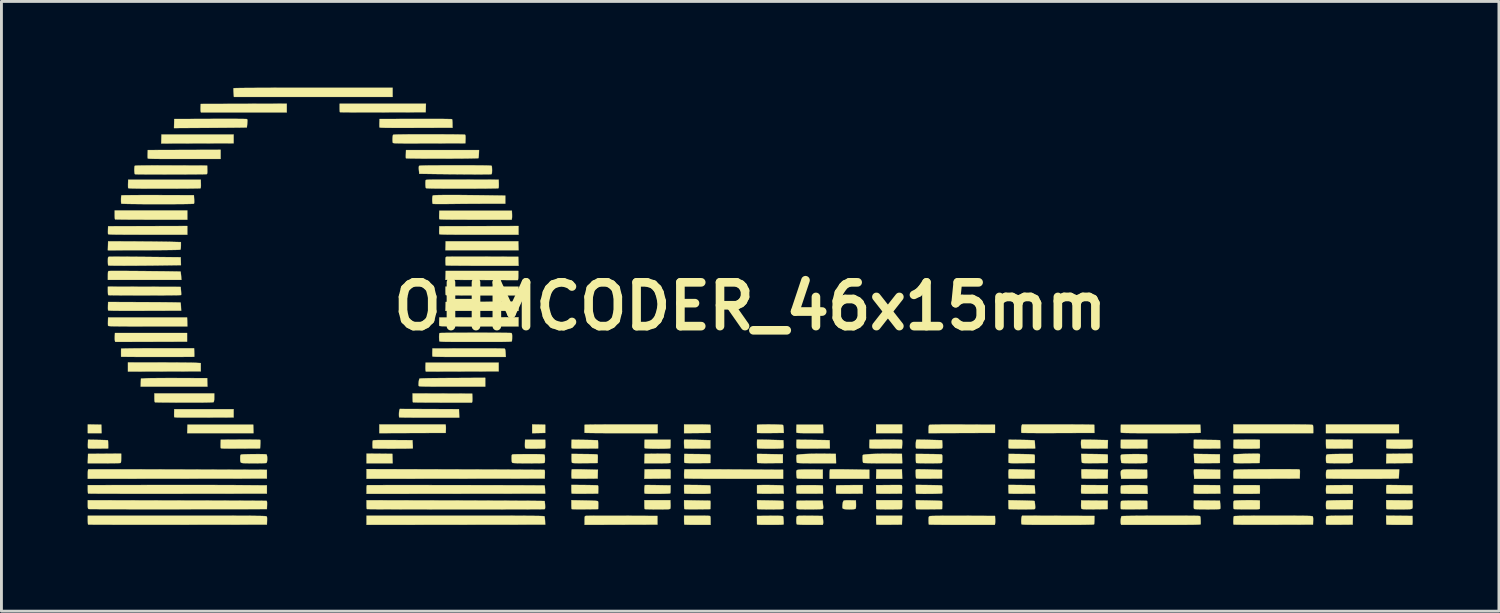
<source format=kicad_pcb>
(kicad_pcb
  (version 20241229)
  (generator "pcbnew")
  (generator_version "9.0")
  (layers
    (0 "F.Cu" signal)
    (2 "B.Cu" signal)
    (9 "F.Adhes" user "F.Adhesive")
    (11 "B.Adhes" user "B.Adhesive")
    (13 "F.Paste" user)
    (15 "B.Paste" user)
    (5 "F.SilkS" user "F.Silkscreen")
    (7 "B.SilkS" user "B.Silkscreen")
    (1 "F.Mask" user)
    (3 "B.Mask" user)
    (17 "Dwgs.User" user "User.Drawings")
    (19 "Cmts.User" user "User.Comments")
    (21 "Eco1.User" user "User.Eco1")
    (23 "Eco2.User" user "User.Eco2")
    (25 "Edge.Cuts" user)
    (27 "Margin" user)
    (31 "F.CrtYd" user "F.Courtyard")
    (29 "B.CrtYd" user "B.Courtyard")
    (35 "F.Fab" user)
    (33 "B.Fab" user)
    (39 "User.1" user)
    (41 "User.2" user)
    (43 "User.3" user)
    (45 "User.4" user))
  (footprint "OHMCODER_46x15mm"
    (layer "F.Cu")
    (at 23.057 7.609)
    (property "Reference" "OHMCODER_46x15mm" (at 0 0 0) (layer "F.SilkS") (effects (font (size 1.524 1.524) (thickness 0.3))))
    (attr through_hole)
    (fp_poly (pts (xy 5.286 4.413) (xy 4.381 4.413) (xy 4.381 4.112) (xy 5.286 4.112) (xy 5.286 4.413)) (stroke (width 0.01) (type solid)) (fill yes) (layer "F.SilkS"))
    (fp_poly (pts (xy 5.287 6.001) (xy 4.38 6.001) (xy 4.389 5.675) (xy 5.278 5.675) (xy 5.287 6.001)) (stroke (width 0.01) (type solid)) (fill yes) (layer "F.SilkS"))
    (fp_poly (pts (xy 22.574 4.413) (xy 20.034 4.413) (xy 20.034 4.112) (xy 22.574 4.112) (xy 22.574 4.413)) (stroke (width 0.01) (type solid)) (fill yes) (layer "F.SilkS"))
    (fp_poly (pts (xy -22.582 4.12) (xy -22.578 4.266) (xy -22.573 4.413) (xy -23.05 4.413) (xy -23.05 4.111) (xy -22.582 4.12)) (stroke (width 0.01) (type solid)) (fill yes) (layer "F.SilkS"))
    (fp_poly (pts (xy -17.978 -5.675) (xy -19.237 -5.671) (xy -20.496 -5.667) (xy -20.487 -5.977) (xy -17.978 -5.977) (xy -17.978 -5.675)) (stroke (width 0.01) (type solid)) (fill yes) (layer "F.SilkS"))
    (fp_poly (pts (xy -12.902 5.131) (xy -12.454 5.136) (xy -12.445 5.461) (xy -13.351 5.461) (xy -13.351 5.127) (xy -12.902 5.131)) (stroke (width 0.01) (type solid)) (fill yes) (layer "F.SilkS"))
    (fp_poly (pts (xy -17.291 4.266) (xy -17.287 4.413) (xy -19.591 4.413) (xy -19.586 4.266) (xy -19.582 4.12) (xy -17.296 4.12) (xy -17.291 4.266)) (stroke (width 0.01) (type solid)) (fill yes) (layer "F.SilkS"))
    (fp_poly (pts (xy -8.068 -2.107) (xy -8.063 -1.953) (xy -10.606 -1.953) (xy -10.601 -2.107) (xy -10.597 -2.262) (xy -8.072 -2.262) (xy -8.068 -2.107)) (stroke (width 0.01) (type solid)) (fill yes) (layer "F.SilkS"))
    (fp_poly (pts (xy -8.065 0.159) (xy -10.606 0.159) (xy -10.601 0.004) (xy -10.597 -0.151) (xy -9.331 -0.155) (xy -8.065 -0.159) (xy -8.065 0.159)) (stroke (width 0.01) (type solid)) (fill yes) (layer "F.SilkS"))
    (fp_poly (pts (xy -7.362 4.115) (xy -7.136 4.12) (xy -7.136 4.405) (xy -7.362 4.41) (xy -7.588 4.414) (xy -7.588 4.111) (xy -7.362 4.115)) (stroke (width 0.01) (type solid)) (fill yes) (layer "F.SilkS"))
    (fp_poly (pts (xy -16.129 -6.747) (xy -19.113 -6.747) (xy -19.122 -6.783) (xy -19.126 -6.817) (xy -19.127 -6.871) (xy -19.126 -6.93) (xy -19.121 -7.041) (xy -17.625 -7.045) (xy -16.129 -7.049) (xy -16.129 -6.747)) (stroke (width 0.01) (type solid)) (fill yes) (layer "F.SilkS"))
    (fp_poly (pts (xy -10.596 4.148) (xy -10.592 4.182) (xy -10.591 4.235) (xy -10.592 4.295) (xy -10.597 4.405) (xy -11.751 4.409) (xy -12.906 4.413) (xy -12.906 4.112) (xy -10.605 4.112) (xy -10.596 4.148)) (stroke (width 0.01) (type solid)) (fill yes) (layer "F.SilkS"))
    (fp_poly (pts (xy -19.598 1.23) (xy -20.848 1.234) (xy -22.097 1.238) (xy -22.106 1.202) (xy -22.11 1.169) (xy -22.112 1.115) (xy -22.111 1.052) (xy -22.111 1.048) (xy -22.106 0.929) (xy -19.598 0.929) (xy -19.598 1.23)) (stroke (width 0.01) (type solid)) (fill yes) (layer "F.SilkS"))
    (fp_poly (pts (xy -8.755 2.262) (xy -10.021 2.266) (xy -11.286 2.27) (xy -11.296 2.234) (xy -11.299 2.201) (xy -11.301 2.147) (xy -11.3 2.084) (xy -11.3 2.079) (xy -11.295 1.961) (xy -8.755 1.961) (xy -8.755 2.262)) (stroke (width 0.01) (type solid)) (fill yes) (layer "F.SilkS"))
    (fp_poly (pts (xy 23.043 5.163) (xy 23.047 5.196) (xy 23.048 5.25) (xy 23.048 5.314) (xy 23.047 5.326) (xy 23.043 5.453) (xy 22.586 5.457) (xy 22.129 5.461) (xy 22.138 5.136) (xy 22.586 5.131) (xy 23.034 5.127) (xy 23.043 5.163)) (stroke (width 0.01) (type solid)) (fill yes) (layer "F.SilkS"))
    (fp_poly (pts (xy 15.678 5.673) (xy 15.79 5.674) (xy 15.905 5.677) (xy 16.351 5.688) (xy 16.351 6.001) (xy 15.451 6.001) (xy 15.44 5.847) (xy 15.437 5.779) (xy 15.437 5.723) (xy 15.441 5.688) (xy 15.444 5.68) (xy 15.463 5.676) (xy 15.511 5.674) (xy 15.584 5.672) (xy 15.678 5.673)) (stroke (width 0.01) (type solid)) (fill yes) (layer "F.SilkS"))
    (fp_poly (pts (xy -20.562 1.955) (xy -20.373 1.955) (xy -20.19 1.956) (xy -20.014 1.957) (xy -19.851 1.958) (xy -19.701 1.959) (xy -19.57 1.961) (xy -19.459 1.962) (xy -19.373 1.964) (xy -19.313 1.966) (xy -19.296 1.967) (xy -19.121 1.976) (xy -19.121 2.262) (xy -21.654 2.27) (xy -21.654 1.953) (xy -20.562 1.955)) (stroke (width 0.01) (type solid)) (fill yes) (layer "F.SilkS"))
    (fp_poly (pts (xy -19.976 2.496) (xy -19.844 2.497) (xy -18.899 2.5) (xy -18.895 2.647) (xy -18.89 2.794) (xy -21.21 2.794) (xy -21.206 2.655) (xy -21.201 2.516) (xy -20.995 2.504) (xy -20.94 2.502) (xy -20.858 2.5) (xy -20.751 2.499) (xy -20.623 2.498) (xy -20.478 2.497) (xy -20.32 2.496) (xy -20.151 2.496) (xy -19.976 2.496)) (stroke (width 0.01) (type solid)) (fill yes) (layer "F.SilkS"))
    (fp_poly (pts (xy -2.945 5.67) (xy -2.873 5.671) (xy -2.823 5.672) (xy -2.802 5.674) (xy -2.787 5.68) (xy -2.778 5.694) (xy -2.773 5.721) (xy -2.771 5.768) (xy -2.772 5.837) (xy -2.773 5.993) (xy -3.229 5.997) (xy -3.684 6.001) (xy -3.675 5.675) (xy -3.254 5.671) (xy -3.14 5.67) (xy -3.036 5.67) (xy -2.945 5.67)) (stroke (width 0.01) (type solid)) (fill yes) (layer "F.SilkS"))
    (fp_poly (pts (xy -1.734 4.112) (xy -1.628 4.113) (xy -1.537 4.115) (xy -1.464 4.118) (xy -1.415 4.12) (xy -1.392 4.124) (xy -1.391 4.124) (xy -1.387 4.145) (xy -1.383 4.189) (xy -1.38 4.249) (xy -1.38 4.271) (xy -1.376 4.405) (xy -1.839 4.41) (xy -2.302 4.414) (xy -2.302 4.112) (xy -1.85 4.112) (xy -1.734 4.112)) (stroke (width 0.01) (type solid)) (fill yes) (layer "F.SilkS"))
    (fp_poly (pts (xy 3.01 5.672) (xy 3.122 5.672) (xy 3.249 5.674) (xy 3.388 5.676) (xy 3.469 5.677) (xy 4.143 5.688) (xy 4.143 6.001) (xy 2.762 6.001) (xy 2.762 5.843) (xy 2.764 5.774) (xy 2.768 5.719) (xy 2.774 5.684) (xy 2.778 5.675) (xy 2.797 5.674) (xy 2.844 5.672) (xy 2.916 5.672) (xy 3.01 5.672)) (stroke (width 0.01) (type solid)) (fill yes) (layer "F.SilkS"))
    (fp_poly (pts (xy 5.283 7.441) (xy 5.278 7.596) (xy 4.841 7.6) (xy 4.726 7.601) (xy 4.622 7.601) (xy 4.532 7.6) (xy 4.461 7.599) (xy 4.413 7.597) (xy 4.393 7.594) (xy 4.392 7.594) (xy 4.388 7.574) (xy 4.384 7.53) (xy 4.382 7.47) (xy 4.381 7.435) (xy 4.381 7.287) (xy 5.288 7.287) (xy 5.283 7.441)) (stroke (width 0.01) (type solid)) (fill yes) (layer "F.SilkS"))
    (fp_poly (pts (xy 11.978 6.759) (xy 12.438 6.763) (xy 12.438 7.056) (xy 11.992 7.061) (xy 11.857 7.062) (xy 11.751 7.062) (xy 11.67 7.061) (xy 11.611 7.059) (xy 11.57 7.056) (xy 11.544 7.051) (xy 11.53 7.045) (xy 11.527 7.042) (xy 11.517 7.012) (xy 11.512 6.953) (xy 11.513 6.887) (xy 11.517 6.755) (xy 11.978 6.759)) (stroke (width 0.01) (type solid)) (fill yes) (layer "F.SilkS"))
    (fp_poly (pts (xy 13.819 4.945) (xy 13.362 4.949) (xy 13.226 4.95) (xy 13.118 4.95) (xy 13.035 4.95) (xy 12.975 4.948) (xy 12.935 4.945) (xy 12.91 4.94) (xy 12.899 4.934) (xy 12.897 4.932) (xy 12.894 4.907) (xy 12.893 4.859) (xy 12.893 4.798) (xy 12.894 4.777) (xy 12.898 4.643) (xy 13.819 4.643) (xy 13.819 4.945)) (stroke (width 0.01) (type solid)) (fill yes) (layer "F.SilkS"))
    (fp_poly (pts (xy 20.499 4.639) (xy 20.963 4.643) (xy 20.963 4.945) (xy 20.509 4.949) (xy 20.392 4.95) (xy 20.286 4.95) (xy 20.194 4.949) (xy 20.121 4.948) (xy 20.07 4.946) (xy 20.046 4.943) (xy 20.045 4.943) (xy 20.04 4.923) (xy 20.037 4.879) (xy 20.035 4.819) (xy 20.034 4.783) (xy 20.034 4.635) (xy 20.499 4.639)) (stroke (width 0.01) (type solid)) (fill yes) (layer "F.SilkS"))
    (fp_poly (pts (xy -21.892 5.284) (xy -21.893 5.359) (xy -21.896 5.408) (xy -21.902 5.436) (xy -21.912 5.449) (xy -21.917 5.451) (xy -21.938 5.454) (xy -21.987 5.456) (xy -22.061 5.457) (xy -22.154 5.459) (xy -22.264 5.46) (xy -22.387 5.461) (xy -22.497 5.461) (xy -23.052 5.461) (xy -23.047 5.298) (xy -23.043 5.136) (xy -21.892 5.127) (xy -21.892 5.284)) (stroke (width 0.01) (type solid)) (fill yes) (layer "F.SilkS"))
    (fp_poly (pts (xy 2.537 4.266) (xy 2.541 4.413) (xy 2.08 4.413) (xy 1.942 4.413) (xy 1.833 4.412) (xy 1.749 4.41) (xy 1.688 4.408) (xy 1.647 4.404) (xy 1.622 4.4) (xy 1.611 4.394) (xy 1.61 4.392) (xy 1.607 4.367) (xy 1.605 4.319) (xy 1.606 4.259) (xy 1.607 4.245) (xy 1.611 4.12) (xy 2.532 4.12) (xy 2.537 4.266)) (stroke (width 0.01) (type solid)) (fill yes) (layer "F.SilkS"))
    (fp_poly (pts (xy -19.59 -3.016) (xy -20.841 -3.016) (xy -21.038 -3.016) (xy -21.225 -3.017) (xy -21.401 -3.017) (xy -21.562 -3.018) (xy -21.708 -3.019) (xy -21.834 -3.02) (xy -21.939 -3.022) (xy -22.02 -3.023) (xy -22.075 -3.025) (xy -22.101 -3.026) (xy -22.103 -3.027) (xy -22.108 -3.046) (xy -22.112 -3.09) (xy -22.114 -3.15) (xy -22.114 -3.186) (xy -22.114 -3.334) (xy -19.59 -3.334) (xy -19.59 -3.016)) (stroke (width 0.01) (type solid)) (fill yes) (layer "F.SilkS"))
    (fp_poly (pts (xy -8.065 -0.381) (xy -9.324 -0.381) (xy -9.521 -0.381) (xy -9.709 -0.382) (xy -9.885 -0.382) (xy -10.048 -0.383) (xy -10.194 -0.384) (xy -10.321 -0.385) (xy -10.426 -0.386) (xy -10.508 -0.388) (xy -10.564 -0.389) (xy -10.592 -0.391) (xy -10.594 -0.392) (xy -10.599 -0.411) (xy -10.602 -0.455) (xy -10.604 -0.514) (xy -10.604 -0.542) (xy -10.604 -0.683) (xy -8.065 -0.683) (xy -8.065 -0.381)) (stroke (width 0.01) (type solid)) (fill yes) (layer "F.SilkS"))
    (fp_poly (pts (xy 7.191 4.115) (xy 7.384 4.115) (xy 8.517 4.12) (xy 8.517 4.405) (xy 7.362 4.409) (xy 6.207 4.413) (xy 6.207 4.28) (xy 6.209 4.203) (xy 6.216 4.153) (xy 6.229 4.129) (xy 6.229 4.129) (xy 6.243 4.126) (xy 6.277 4.122) (xy 6.333 4.12) (xy 6.412 4.118) (xy 6.514 4.116) (xy 6.642 4.115) (xy 6.796 4.115) (xy 6.979 4.115) (xy 7.191 4.115)) (stroke (width 0.01) (type solid)) (fill yes) (layer "F.SilkS"))
    (fp_poly (pts (xy -17.978 3.866) (xy -19.007 3.87) (xy -19.218 3.87) (xy -19.399 3.871) (xy -19.553 3.871) (xy -19.681 3.87) (xy -19.786 3.87) (xy -19.87 3.868) (xy -19.935 3.867) (xy -19.982 3.864) (xy -20.014 3.861) (xy -20.034 3.858) (xy -20.043 3.854) (xy -20.043 3.852) (xy -20.047 3.827) (xy -20.048 3.779) (xy -20.047 3.719) (xy -20.047 3.705) (xy -20.042 3.58) (xy -17.978 3.58) (xy -17.978 3.866)) (stroke (width 0.01) (type solid)) (fill yes) (layer "F.SilkS"))
    (fp_poly (pts (xy -8.072 -1.073) (xy -8.074 -1) (xy -8.078 -0.947) (xy -8.085 -0.918) (xy -8.088 -0.914) (xy -8.106 -0.914) (xy -8.154 -0.914) (xy -8.228 -0.914) (xy -8.327 -0.914) (xy -8.447 -0.914) (xy -8.587 -0.915) (xy -8.745 -0.915) (xy -8.917 -0.916) (xy -9.101 -0.916) (xy -9.295 -0.917) (xy -9.355 -0.917) (xy -10.606 -0.921) (xy -10.601 -1.076) (xy -10.597 -1.23) (xy -8.072 -1.23) (xy -8.072 -1.073)) (stroke (width 0.01) (type solid)) (fill yes) (layer "F.SilkS"))
    (fp_poly (pts (xy 23.043 7.295) (xy 23.047 7.413) (xy 23.048 7.477) (xy 23.047 7.532) (xy 23.043 7.567) (xy 23.043 7.568) (xy 23.034 7.604) (xy 22.592 7.604) (xy 22.477 7.604) (xy 22.372 7.603) (xy 22.282 7.601) (xy 22.211 7.599) (xy 22.162 7.597) (xy 22.141 7.594) (xy 22.14 7.594) (xy 22.136 7.574) (xy 22.132 7.53) (xy 22.13 7.47) (xy 22.13 7.435) (xy 22.13 7.286) (xy 23.043 7.295)) (stroke (width 0.01) (type solid)) (fill yes) (layer "F.SilkS"))
    (fp_poly (pts (xy -11.29 -6.902) (xy -11.295 -6.755) (xy -12.781 -6.751) (xy -12.995 -6.75) (xy -13.2 -6.75) (xy -13.395 -6.75) (xy -13.575 -6.75) (xy -13.74 -6.751) (xy -13.887 -6.751) (xy -14.014 -6.752) (xy -14.119 -6.753) (xy -14.198 -6.754) (xy -14.252 -6.756) (xy -14.276 -6.757) (xy -14.277 -6.757) (xy -14.282 -6.777) (xy -14.285 -6.821) (xy -14.287 -6.88) (xy -14.287 -6.908) (xy -14.287 -7.048) (xy -11.286 -7.048) (xy -11.29 -6.902)) (stroke (width 0.01) (type solid)) (fill yes) (layer "F.SilkS"))
    (fp_poly (pts (xy -4.879 7.29) (xy -4.694 7.29) (xy -4.5 7.29) (xy -4.461 7.29) (xy -3.231 7.295) (xy -3.231 7.596) (xy -5.763 7.604) (xy -5.763 7.454) (xy -5.762 7.384) (xy -5.76 7.339) (xy -5.754 7.314) (xy -5.744 7.301) (xy -5.728 7.295) (xy -5.727 7.295) (xy -5.706 7.293) (xy -5.655 7.292) (xy -5.578 7.291) (xy -5.477 7.291) (xy -5.353 7.29) (xy -5.211 7.29) (xy -5.052 7.29) (xy -4.879 7.29)) (stroke (width 0.01) (type solid)) (fill yes) (layer "F.SilkS"))
    (fp_poly (pts (xy -19.593 0.544) (xy -19.589 0.699) (xy -20.963 0.699) (xy -21.209 0.698) (xy -21.426 0.698) (xy -21.615 0.698) (xy -21.777 0.697) (xy -21.914 0.696) (xy -22.029 0.695) (xy -22.123 0.694) (xy -22.197 0.692) (xy -22.255 0.69) (xy -22.296 0.687) (xy -22.324 0.684) (xy -22.34 0.681) (xy -22.345 0.677) (xy -22.348 0.652) (xy -22.35 0.605) (xy -22.349 0.543) (xy -22.349 0.523) (xy -22.344 0.389) (xy -19.598 0.389) (xy -19.593 0.544)) (stroke (width 0.01) (type solid)) (fill yes) (layer "F.SilkS"))
    (fp_poly (pts (xy -18.431 -5.128) (xy -19.693 -5.128) (xy -19.929 -5.128) (xy -20.135 -5.128) (xy -20.313 -5.128) (xy -20.465 -5.129) (xy -20.593 -5.13) (xy -20.698 -5.131) (xy -20.782 -5.133) (xy -20.848 -5.135) (xy -20.897 -5.137) (xy -20.932 -5.14) (xy -20.953 -5.143) (xy -20.963 -5.147) (xy -20.964 -5.149) (xy -20.967 -5.174) (xy -20.969 -5.221) (xy -20.968 -5.283) (xy -20.968 -5.304) (xy -20.963 -5.437) (xy -19.697 -5.441) (xy -18.431 -5.445) (xy -18.431 -5.128)) (stroke (width 0.01) (type solid)) (fill yes) (layer "F.SilkS"))
    (fp_poly (pts (xy -12.446 -7.287) (xy -17.966 -7.287) (xy -17.977 -7.43) (xy -17.981 -7.495) (xy -17.982 -7.549) (xy -17.98 -7.582) (xy -17.978 -7.589) (xy -17.961 -7.591) (xy -17.913 -7.593) (xy -17.834 -7.595) (xy -17.725 -7.596) (xy -17.586 -7.598) (xy -17.419 -7.599) (xy -17.223 -7.6) (xy -16.999 -7.601) (xy -16.749 -7.602) (xy -16.471 -7.603) (xy -16.167 -7.603) (xy -15.838 -7.604) (xy -15.484 -7.604) (xy -15.207 -7.604) (xy -12.446 -7.604) (xy -12.446 -7.287)) (stroke (width 0.01) (type solid)) (fill yes) (layer "F.SilkS"))
    (fp_poly (pts (xy -11.164 3.576) (xy -10.136 3.58) (xy -10.132 3.727) (xy -10.127 3.873) (xy -11.165 3.873) (xy -11.343 3.873) (xy -11.513 3.873) (xy -11.67 3.872) (xy -11.812 3.871) (xy -11.937 3.87) (xy -12.042 3.869) (xy -12.125 3.867) (xy -12.181 3.865) (xy -12.21 3.864) (xy -12.213 3.863) (xy -12.22 3.84) (xy -12.223 3.796) (xy -12.223 3.741) (xy -12.22 3.684) (xy -12.214 3.636) (xy -12.208 3.612) (xy -12.193 3.572) (xy -11.164 3.576)) (stroke (width 0.01) (type solid)) (fill yes) (layer "F.SilkS"))
    (fp_poly (pts (xy -8.065 -2.492) (xy -9.438 -2.492) (xy -9.685 -2.492) (xy -9.901 -2.493) (xy -10.089 -2.493) (xy -10.251 -2.494) (xy -10.389 -2.495) (xy -10.503 -2.496) (xy -10.597 -2.497) (xy -10.672 -2.499) (xy -10.729 -2.501) (xy -10.77 -2.504) (xy -10.798 -2.507) (xy -10.814 -2.51) (xy -10.82 -2.514) (xy -10.823 -2.539) (xy -10.825 -2.586) (xy -10.824 -2.647) (xy -10.823 -2.66) (xy -10.819 -2.786) (xy -9.442 -2.79) (xy -8.065 -2.794) (xy -8.065 -2.492)) (stroke (width 0.01) (type solid)) (fill yes) (layer "F.SilkS"))
    (fp_poly (pts (xy -8.065 0.699) (xy -9.438 0.699) (xy -9.685 0.698) (xy -9.901 0.698) (xy -10.09 0.698) (xy -10.252 0.697) (xy -10.389 0.696) (xy -10.504 0.695) (xy -10.598 0.694) (xy -10.672 0.692) (xy -10.73 0.69) (xy -10.771 0.687) (xy -10.799 0.684) (xy -10.815 0.681) (xy -10.82 0.677) (xy -10.823 0.652) (xy -10.825 0.605) (xy -10.824 0.543) (xy -10.823 0.523) (xy -10.819 0.389) (xy -9.442 0.385) (xy -8.065 0.381) (xy -8.065 0.699)) (stroke (width 0.01) (type solid)) (fill yes) (layer "F.SilkS"))
    (fp_poly (pts (xy 15.819 5.142) (xy 15.931 5.143) (xy 16.035 5.145) (xy 16.128 5.147) (xy 16.203 5.148) (xy 16.255 5.149) (xy 16.272 5.149) (xy 16.343 5.151) (xy 16.343 5.453) (xy 15.904 5.457) (xy 15.789 5.458) (xy 15.685 5.458) (xy 15.595 5.457) (xy 15.525 5.455) (xy 15.478 5.453) (xy 15.457 5.45) (xy 15.457 5.449) (xy 15.453 5.429) (xy 15.449 5.385) (xy 15.446 5.324) (xy 15.444 5.286) (xy 15.438 5.136) (xy 15.819 5.142)) (stroke (width 0.01) (type solid)) (fill yes) (layer "F.SilkS"))
    (fp_poly (pts (xy -19.59 -2.643) (xy -19.59 -2.492) (xy -20.963 -2.492) (xy -21.21 -2.492) (xy -21.426 -2.493) (xy -21.615 -2.493) (xy -21.777 -2.494) (xy -21.914 -2.495) (xy -22.029 -2.496) (xy -22.122 -2.497) (xy -22.197 -2.499) (xy -22.254 -2.501) (xy -22.296 -2.504) (xy -22.324 -2.507) (xy -22.34 -2.51) (xy -22.345 -2.514) (xy -22.349 -2.539) (xy -22.35 -2.586) (xy -22.349 -2.647) (xy -22.349 -2.66) (xy -22.344 -2.786) (xy -20.967 -2.79) (xy -19.59 -2.794) (xy -19.59 -2.643)) (stroke (width 0.01) (type solid)) (fill yes) (layer "F.SilkS"))
    (fp_poly (pts (xy 18.433 4.112) (xy 18.646 4.112) (xy 18.831 4.112) (xy 18.99 4.113) (xy 19.124 4.113) (xy 19.237 4.114) (xy 19.33 4.115) (xy 19.404 4.117) (xy 19.463 4.119) (xy 19.507 4.121) (xy 19.538 4.124) (xy 19.56 4.127) (xy 19.573 4.13) (xy 19.579 4.135) (xy 19.58 4.137) (xy 19.585 4.164) (xy 19.588 4.213) (xy 19.59 4.275) (xy 19.59 4.288) (xy 19.59 4.413) (xy 16.812 4.413) (xy 16.812 4.112) (xy 18.191 4.112) (xy 18.433 4.112)) (stroke (width 0.01) (type solid)) (fill yes) (layer "F.SilkS"))
    (fp_poly (pts (xy -10.712 3.036) (xy -9.676 3.04) (xy -9.671 3.159) (xy -9.67 3.222) (xy -9.671 3.277) (xy -9.675 3.312) (xy -9.675 3.314) (xy -9.684 3.35) (xy -10.705 3.35) (xy -10.883 3.349) (xy -11.05 3.349) (xy -11.206 3.348) (xy -11.347 3.347) (xy -11.47 3.346) (xy -11.573 3.345) (xy -11.654 3.343) (xy -11.708 3.341) (xy -11.735 3.34) (xy -11.737 3.339) (xy -11.742 3.319) (xy -11.745 3.276) (xy -11.747 3.216) (xy -11.748 3.18) (xy -11.748 3.032) (xy -10.712 3.036)) (stroke (width 0.01) (type solid)) (fill yes) (layer "F.SilkS"))
    (fp_poly (pts (xy -2.901 5.131) (xy -2.843 5.133) (xy -2.805 5.137) (xy -2.784 5.141) (xy -2.778 5.147) (xy -2.777 5.18) (xy -2.777 5.232) (xy -2.776 5.293) (xy -2.776 5.353) (xy -2.776 5.404) (xy -2.777 5.436) (xy -2.777 5.441) (xy -2.784 5.447) (xy -2.807 5.452) (xy -2.849 5.456) (xy -2.911 5.458) (xy -2.997 5.46) (xy -3.11 5.461) (xy -3.231 5.461) (xy -3.684 5.461) (xy -3.675 5.136) (xy -3.227 5.131) (xy -3.09 5.13) (xy -2.983 5.13) (xy -2.901 5.131)) (stroke (width 0.01) (type solid)) (fill yes) (layer "F.SilkS"))
    (fp_poly (pts (xy -2.774 4.78) (xy -2.775 4.845) (xy -2.778 4.897) (xy -2.783 4.93) (xy -2.785 4.935) (xy -2.804 4.941) (xy -2.849 4.946) (xy -2.916 4.95) (xy -3 4.953) (xy -3.095 4.954) (xy -3.197 4.955) (xy -3.3 4.954) (xy -3.4 4.953) (xy -3.492 4.95) (xy -3.57 4.946) (xy -3.63 4.942) (xy -3.667 4.936) (xy -3.676 4.932) (xy -3.679 4.907) (xy -3.681 4.859) (xy -3.68 4.798) (xy -3.68 4.777) (xy -3.675 4.643) (xy -2.774 4.643) (xy -2.774 4.78)) (stroke (width 0.01) (type solid)) (fill yes) (layer "F.SilkS"))
    (fp_poly (pts (xy 3.913 6.517) (xy 3.46 6.521) (xy 3.343 6.522) (xy 3.236 6.522) (xy 3.144 6.521) (xy 3.071 6.519) (xy 3.02 6.517) (xy 2.996 6.515) (xy 2.995 6.514) (xy 2.99 6.493) (xy 2.986 6.451) (xy 2.985 6.396) (xy 2.985 6.337) (xy 2.988 6.284) (xy 2.993 6.246) (xy 2.998 6.233) (xy 3.016 6.23) (xy 3.063 6.228) (xy 3.133 6.226) (xy 3.222 6.225) (xy 3.326 6.223) (xy 3.441 6.222) (xy 3.462 6.222) (xy 3.913 6.22) (xy 3.913 6.517)) (stroke (width 0.01) (type solid)) (fill yes) (layer "F.SilkS"))
    (fp_poly (pts (xy 11.747 4.643) (xy 11.852 4.644) (xy 11.967 4.646) (xy 11.992 4.647) (xy 12.447 4.656) (xy 12.438 4.945) (xy 11.993 4.949) (xy 11.852 4.95) (xy 11.74 4.95) (xy 11.655 4.949) (xy 11.594 4.946) (xy 11.554 4.942) (xy 11.532 4.937) (xy 11.529 4.934) (xy 11.52 4.911) (xy 11.514 4.866) (xy 11.51 4.809) (xy 11.509 4.749) (xy 11.511 4.696) (xy 11.517 4.658) (xy 11.523 4.645) (xy 11.542 4.643) (xy 11.588 4.642) (xy 11.658 4.642) (xy 11.747 4.643)) (stroke (width 0.01) (type solid)) (fill yes) (layer "F.SilkS"))
    (fp_poly (pts (xy 11.843 6.221) (xy 11.952 6.221) (xy 12.061 6.222) (xy 12.162 6.222) (xy 12.247 6.223) (xy 12.308 6.223) (xy 12.308 6.223) (xy 12.447 6.223) (xy 12.443 6.37) (xy 12.438 6.517) (xy 11.981 6.521) (xy 11.845 6.522) (xy 11.737 6.522) (xy 11.654 6.521) (xy 11.594 6.519) (xy 11.554 6.516) (xy 11.529 6.512) (xy 11.518 6.506) (xy 11.516 6.504) (xy 11.513 6.479) (xy 11.511 6.431) (xy 11.512 6.369) (xy 11.513 6.35) (xy 11.517 6.218) (xy 11.843 6.221)) (stroke (width 0.01) (type solid)) (fill yes) (layer "F.SilkS"))
    (fp_poly (pts (xy 20.967 7.441) (xy 20.963 7.596) (xy 20.509 7.6) (xy 20.392 7.601) (xy 20.286 7.601) (xy 20.194 7.6) (xy 20.121 7.599) (xy 20.07 7.597) (xy 20.046 7.594) (xy 20.045 7.594) (xy 20.038 7.57) (xy 20.034 7.525) (xy 20.034 7.468) (xy 20.036 7.407) (xy 20.041 7.354) (xy 20.049 7.316) (xy 20.055 7.305) (xy 20.078 7.3) (xy 20.132 7.295) (xy 20.216 7.291) (xy 20.328 7.289) (xy 20.469 7.287) (xy 20.523 7.287) (xy 20.972 7.286) (xy 20.967 7.441)) (stroke (width 0.01) (type solid)) (fill yes) (layer "F.SilkS"))
    (fp_poly (pts (xy -22.701 4.649) (xy -22.6 4.651) (xy -22.511 4.654) (xy -22.437 4.656) (xy -22.384 4.659) (xy -22.355 4.661) (xy -22.352 4.662) (xy -22.349 4.68) (xy -22.346 4.722) (xy -22.345 4.781) (xy -22.344 4.807) (xy -22.344 4.945) (xy -22.69 4.949) (xy -22.807 4.95) (xy -22.896 4.95) (xy -22.961 4.949) (xy -23.004 4.946) (xy -23.03 4.941) (xy -23.042 4.935) (xy -23.044 4.932) (xy -23.047 4.907) (xy -23.048 4.859) (xy -23.048 4.798) (xy -23.047 4.777) (xy -23.043 4.643) (xy -22.701 4.649)) (stroke (width 0.01) (type solid)) (fill yes) (layer "F.SilkS"))
    (fp_poly (pts (xy -7.131 4.785) (xy -7.13 4.861) (xy -7.134 4.91) (xy -7.142 4.935) (xy -7.147 4.94) (xy -7.169 4.943) (xy -7.217 4.947) (xy -7.286 4.95) (xy -7.373 4.952) (xy -7.471 4.953) (xy -7.497 4.953) (xy -7.607 4.953) (xy -7.689 4.952) (xy -7.748 4.951) (xy -7.788 4.948) (xy -7.812 4.944) (xy -7.825 4.937) (xy -7.832 4.928) (xy -7.835 4.917) (xy -7.839 4.884) (xy -7.84 4.83) (xy -7.839 4.767) (xy -7.839 4.762) (xy -7.834 4.643) (xy -7.136 4.643) (xy -7.131 4.785)) (stroke (width 0.01) (type solid)) (fill yes) (layer "F.SilkS"))
    (fp_poly (pts (xy -2.169 4.642) (xy -2.081 4.643) (xy -1.978 4.645) (xy -1.863 4.647) (xy -1.84 4.648) (xy -1.389 4.659) (xy -1.389 4.945) (xy -1.836 4.949) (xy -1.952 4.95) (xy -2.058 4.95) (xy -2.148 4.949) (xy -2.22 4.947) (xy -2.269 4.944) (xy -2.291 4.941) (xy -2.292 4.94) (xy -2.296 4.919) (xy -2.3 4.876) (xy -2.302 4.82) (xy -2.304 4.76) (xy -2.304 4.705) (xy -2.302 4.663) (xy -2.299 4.643) (xy -2.299 4.643) (xy -2.282 4.642) (xy -2.237 4.641) (xy -2.169 4.642)) (stroke (width 0.01) (type solid)) (fill yes) (layer "F.SilkS"))
    (fp_poly (pts (xy 0.369 5.138) (xy 0.457 5.139) (xy 0.56 5.14) (xy 0.674 5.143) (xy 0.691 5.143) (xy 1.135 5.151) (xy 1.135 5.453) (xy 0.696 5.457) (xy 0.581 5.458) (xy 0.476 5.458) (xy 0.387 5.456) (xy 0.316 5.454) (xy 0.269 5.452) (xy 0.248 5.448) (xy 0.248 5.448) (xy 0.244 5.428) (xy 0.241 5.385) (xy 0.238 5.329) (xy 0.237 5.268) (xy 0.236 5.211) (xy 0.237 5.165) (xy 0.239 5.14) (xy 0.24 5.138) (xy 0.257 5.137) (xy 0.301 5.137) (xy 0.369 5.138)) (stroke (width 0.01) (type solid)) (fill yes) (layer "F.SilkS"))
    (fp_poly (pts (xy 2.192 5.678) (xy 2.266 5.679) (xy 2.524 5.683) (xy 2.524 6.001) (xy 2.081 6.001) (xy 1.939 6) (xy 1.827 5.999) (xy 1.742 5.997) (xy 1.682 5.994) (xy 1.644 5.989) (xy 1.627 5.983) (xy 1.625 5.982) (xy 1.619 5.958) (xy 1.612 5.911) (xy 1.607 5.852) (xy 1.607 5.842) (xy 1.604 5.776) (xy 1.607 5.734) (xy 1.617 5.71) (xy 1.624 5.702) (xy 1.649 5.693) (xy 1.701 5.686) (xy 1.78 5.681) (xy 1.887 5.678) (xy 2.024 5.677) (xy 2.192 5.678)) (stroke (width 0.01) (type solid)) (fill yes) (layer "F.SilkS"))
    (fp_poly (pts (xy 5.286 6.896) (xy 5.285 6.968) (xy 5.282 7.015) (xy 5.275 7.042) (xy 5.264 7.054) (xy 5.261 7.055) (xy 5.238 7.058) (xy 5.19 7.06) (xy 5.12 7.062) (xy 5.035 7.063) (xy 4.939 7.064) (xy 4.837 7.064) (xy 4.735 7.064) (xy 4.638 7.063) (xy 4.55 7.062) (xy 4.477 7.06) (xy 4.424 7.058) (xy 4.395 7.055) (xy 4.392 7.054) (xy 4.387 7.034) (xy 4.384 6.991) (xy 4.382 6.93) (xy 4.381 6.895) (xy 4.381 6.747) (xy 5.286 6.747) (xy 5.286 6.896)) (stroke (width 0.01) (type solid)) (fill yes) (layer "F.SilkS"))
    (fp_poly (pts (xy 5.936 5.672) (xy 6.028 5.673) (xy 6.134 5.675) (xy 6.247 5.678) (xy 6.675 5.691) (xy 6.675 5.993) (xy 6.227 5.997) (xy 6.089 5.998) (xy 5.981 5.998) (xy 5.898 5.997) (xy 5.839 5.995) (xy 5.8 5.991) (xy 5.778 5.987) (xy 5.771 5.981) (xy 5.767 5.957) (xy 5.763 5.91) (xy 5.76 5.848) (xy 5.759 5.821) (xy 5.758 5.754) (xy 5.759 5.712) (xy 5.764 5.689) (xy 5.775 5.678) (xy 5.787 5.674) (xy 5.811 5.672) (xy 5.862 5.671) (xy 5.936 5.672)) (stroke (width 0.01) (type solid)) (fill yes) (layer "F.SilkS"))
    (fp_poly (pts (xy 9.149 5.671) (xy 9.24 5.673) (xy 9.344 5.675) (xy 9.459 5.678) (xy 9.464 5.678) (xy 9.898 5.691) (xy 9.898 5.993) (xy 9.452 5.997) (xy 9.337 5.998) (xy 9.231 5.998) (xy 9.14 5.997) (xy 9.068 5.995) (xy 9.019 5.993) (xy 8.997 5.991) (xy 8.996 5.99) (xy 8.991 5.971) (xy 8.988 5.927) (xy 8.986 5.867) (xy 8.985 5.831) (xy 8.986 5.756) (xy 8.991 5.708) (xy 8.998 5.682) (xy 9.008 5.674) (xy 9.029 5.672) (xy 9.078 5.671) (xy 9.149 5.671)) (stroke (width 0.01) (type solid)) (fill yes) (layer "F.SilkS"))
    (fp_poly (pts (xy 11.749 5.672) (xy 11.853 5.674) (xy 11.968 5.676) (xy 11.993 5.677) (xy 12.447 5.688) (xy 12.438 5.993) (xy 11.991 5.997) (xy 11.875 5.998) (xy 11.769 5.998) (xy 11.679 5.997) (xy 11.607 5.995) (xy 11.558 5.993) (xy 11.537 5.99) (xy 11.536 5.989) (xy 11.531 5.967) (xy 11.527 5.923) (xy 11.524 5.865) (xy 11.522 5.803) (xy 11.522 5.745) (xy 11.524 5.7) (xy 11.527 5.677) (xy 11.528 5.675) (xy 11.546 5.673) (xy 11.591 5.672) (xy 11.66 5.671) (xy 11.749 5.672)) (stroke (width 0.01) (type solid)) (fill yes) (layer "F.SilkS"))
    (fp_poly (pts (xy 15.891 6.759) (xy 16.343 6.764) (xy 16.355 6.901) (xy 16.36 6.974) (xy 16.359 7.02) (xy 16.353 7.045) (xy 16.347 7.051) (xy 16.326 7.055) (xy 16.278 7.058) (xy 16.208 7.06) (xy 16.122 7.062) (xy 16.025 7.063) (xy 15.922 7.064) (xy 15.817 7.063) (xy 15.716 7.063) (xy 15.625 7.061) (xy 15.547 7.059) (xy 15.489 7.056) (xy 15.455 7.053) (xy 15.45 7.051) (xy 15.439 7.033) (xy 15.434 6.994) (xy 15.433 6.929) (xy 15.434 6.896) (xy 15.438 6.755) (xy 15.891 6.759)) (stroke (width 0.01) (type solid)) (fill yes) (layer "F.SilkS"))
    (fp_poly (pts (xy 22.282 6.219) (xy 22.371 6.22) (xy 22.476 6.221) (xy 22.59 6.223) (xy 22.602 6.223) (xy 23.043 6.231) (xy 23.043 6.517) (xy 22.597 6.521) (xy 22.481 6.522) (xy 22.376 6.522) (xy 22.285 6.521) (xy 22.213 6.519) (xy 22.163 6.517) (xy 22.141 6.515) (xy 22.141 6.514) (xy 22.135 6.493) (xy 22.131 6.451) (xy 22.13 6.395) (xy 22.131 6.336) (xy 22.134 6.281) (xy 22.138 6.24) (xy 22.145 6.221) (xy 22.145 6.22) (xy 22.165 6.219) (xy 22.212 6.219) (xy 22.282 6.219)) (stroke (width 0.01) (type solid)) (fill yes) (layer "F.SilkS"))
    (fp_poly (pts (xy 23.043 6.755) (xy 23.047 6.889) (xy 23.049 6.958) (xy 23.046 7.001) (xy 23.039 7.028) (xy 23.026 7.043) (xy 23.024 7.044) (xy 23.007 7.051) (xy 22.972 7.056) (xy 22.917 7.06) (xy 22.839 7.062) (xy 22.736 7.064) (xy 22.604 7.064) (xy 22.574 7.064) (xy 22.461 7.064) (xy 22.359 7.063) (xy 22.271 7.061) (xy 22.203 7.059) (xy 22.158 7.057) (xy 22.14 7.054) (xy 22.136 7.034) (xy 22.132 6.991) (xy 22.13 6.93) (xy 22.13 6.895) (xy 22.13 6.746) (xy 23.043 6.755)) (stroke (width 0.01) (type solid)) (fill yes) (layer "F.SilkS"))
    (fp_poly (pts (xy 23.047 4.778) (xy 23.049 4.846) (xy 23.046 4.89) (xy 23.039 4.916) (xy 23.026 4.932) (xy 23.024 4.933) (xy 23 4.939) (xy 22.95 4.945) (xy 22.88 4.949) (xy 22.793 4.952) (xy 22.697 4.954) (xy 22.594 4.955) (xy 22.491 4.954) (xy 22.393 4.953) (xy 22.303 4.95) (xy 22.228 4.946) (xy 22.173 4.941) (xy 22.141 4.935) (xy 22.137 4.932) (xy 22.133 4.907) (xy 22.132 4.859) (xy 22.132 4.798) (xy 22.133 4.777) (xy 22.138 4.643) (xy 23.043 4.643) (xy 23.047 4.778)) (stroke (width 0.01) (type solid)) (fill yes) (layer "F.SilkS"))
    (fp_poly (pts (xy -22.324 5.672) (xy -22.127 5.672) (xy -21.91 5.672) (xy -21.676 5.673) (xy -21.425 5.673) (xy -21.159 5.674) (xy -20.88 5.675) (xy -20.59 5.676) (xy -20.289 5.677) (xy -19.979 5.678) (xy -19.914 5.678) (xy -16.82 5.691) (xy -16.82 5.993) (xy -19.935 5.997) (xy -23.05 6.001) (xy -23.05 5.842) (xy -23.049 5.763) (xy -23.045 5.712) (xy -23.038 5.683) (xy -23.029 5.674) (xy -23.011 5.673) (xy -22.963 5.673) (xy -22.887 5.672) (xy -22.783 5.672) (xy -22.653 5.672) (xy -22.5 5.672) (xy -22.324 5.672)) (stroke (width 0.01) (type solid)) (fill yes) (layer "F.SilkS"))
    (fp_poly (pts (xy -10.267 5.676) (xy -9.956 5.677) (xy -9.654 5.678) (xy -9.362 5.679) (xy -9.081 5.68) (xy -8.813 5.681) (xy -8.559 5.682) (xy -8.322 5.684) (xy -8.102 5.685) (xy -7.902 5.686) (xy -7.722 5.687) (xy -7.564 5.688) (xy -7.431 5.689) (xy -7.322 5.69) (xy -7.24 5.691) (xy -7.187 5.691) (xy -7.164 5.692) (xy -7.163 5.692) (xy -7.153 5.705) (xy -7.147 5.737) (xy -7.146 5.794) (xy -7.147 5.846) (xy -7.152 5.993) (xy -10.251 5.997) (xy -13.351 6.001) (xy -13.351 5.666) (xy -10.267 5.676)) (stroke (width 0.01) (type solid)) (fill yes) (layer "F.SilkS"))
    (fp_poly (pts (xy -8.29 -3.207) (xy -8.289 -3.144) (xy -8.29 -3.089) (xy -8.294 -3.054) (xy -8.294 -3.052) (xy -8.303 -3.016) (xy -9.558 -3.016) (xy -9.793 -3.016) (xy -9.998 -3.017) (xy -10.175 -3.017) (xy -10.326 -3.018) (xy -10.453 -3.019) (xy -10.557 -3.02) (xy -10.641 -3.022) (xy -10.706 -3.024) (xy -10.755 -3.026) (xy -10.789 -3.029) (xy -10.809 -3.032) (xy -10.819 -3.036) (xy -10.82 -3.037) (xy -10.823 -3.062) (xy -10.825 -3.11) (xy -10.824 -3.172) (xy -10.823 -3.192) (xy -10.819 -3.326) (xy -8.295 -3.326) (xy -8.29 -3.207)) (stroke (width 0.01) (type solid)) (fill yes) (layer "F.SilkS"))
    (fp_poly (pts (xy -5.981 5.672) (xy -5.877 5.674) (xy -5.761 5.676) (xy -5.746 5.677) (xy -5.301 5.688) (xy -5.306 5.84) (xy -5.31 5.993) (xy -5.758 5.997) (xy -5.873 5.998) (xy -5.979 5.998) (xy -6.069 5.997) (xy -6.141 5.995) (xy -6.19 5.993) (xy -6.212 5.99) (xy -6.212 5.989) (xy -6.217 5.965) (xy -6.22 5.92) (xy -6.221 5.863) (xy -6.22 5.801) (xy -6.217 5.743) (xy -6.213 5.699) (xy -6.208 5.676) (xy -6.207 5.675) (xy -6.187 5.673) (xy -6.14 5.672) (xy -6.07 5.672) (xy -5.981 5.672)) (stroke (width 0.01) (type solid)) (fill yes) (layer "F.SilkS"))
    (fp_poly (pts (xy -5.786 5.141) (xy -5.672 5.142) (xy -5.566 5.144) (xy -5.475 5.146) (xy -5.402 5.149) (xy -5.352 5.151) (xy -5.329 5.154) (xy -5.316 5.161) (xy -5.308 5.178) (xy -5.305 5.21) (xy -5.304 5.264) (xy -5.306 5.307) (xy -5.31 5.453) (xy -5.749 5.457) (xy -5.885 5.458) (xy -5.993 5.458) (xy -6.076 5.457) (xy -6.135 5.455) (xy -6.174 5.451) (xy -6.196 5.446) (xy -6.203 5.441) (xy -6.209 5.417) (xy -6.214 5.37) (xy -6.217 5.308) (xy -6.217 5.279) (xy -6.215 5.136) (xy -5.786 5.141)) (stroke (width 0.01) (type solid)) (fill yes) (layer "F.SilkS"))
    (fp_poly (pts (xy -5.775 6.219) (xy -5.658 6.22) (xy -5.551 6.222) (xy -5.458 6.224) (xy -5.383 6.226) (xy -5.332 6.228) (xy -5.307 6.23) (xy -5.306 6.231) (xy -5.295 6.244) (xy -5.29 6.279) (xy -5.289 6.338) (xy -5.29 6.378) (xy -5.294 6.517) (xy -5.748 6.521) (xy -5.865 6.522) (xy -5.971 6.522) (xy -6.063 6.521) (xy -6.137 6.519) (xy -6.187 6.517) (xy -6.211 6.515) (xy -6.212 6.514) (xy -6.217 6.495) (xy -6.221 6.451) (xy -6.223 6.391) (xy -6.223 6.359) (xy -6.223 6.215) (xy -5.775 6.219)) (stroke (width 0.01) (type solid)) (fill yes) (layer "F.SilkS"))
    (fp_poly (pts (xy -5.767 6.756) (xy -5.62 6.759) (xy -5.504 6.763) (xy -5.415 6.767) (xy -5.353 6.772) (xy -5.314 6.777) (xy -5.299 6.783) (xy -5.299 6.784) (xy -5.293 6.808) (xy -5.29 6.854) (xy -5.29 6.914) (xy -5.29 6.929) (xy -5.294 7.056) (xy -5.748 7.061) (xy -5.865 7.061) (xy -5.971 7.061) (xy -6.063 7.061) (xy -6.137 7.059) (xy -6.187 7.057) (xy -6.211 7.055) (xy -6.212 7.054) (xy -6.217 7.034) (xy -6.221 6.991) (xy -6.223 6.93) (xy -6.223 6.895) (xy -6.223 6.747) (xy -5.767 6.756)) (stroke (width 0.01) (type solid)) (fill yes) (layer "F.SilkS"))
    (fp_poly (pts (xy -1.861 6.756) (xy -1.746 6.758) (xy -1.64 6.76) (xy -1.548 6.761) (xy -1.475 6.762) (xy -1.424 6.763) (xy -1.401 6.763) (xy -1.4 6.763) (xy -1.39 6.771) (xy -1.385 6.798) (xy -1.383 6.848) (xy -1.384 6.91) (xy -1.389 7.056) (xy -1.835 7.061) (xy -1.951 7.061) (xy -2.056 7.061) (xy -2.147 7.061) (xy -2.219 7.059) (xy -2.268 7.057) (xy -2.29 7.054) (xy -2.291 7.054) (xy -2.296 7.034) (xy -2.299 6.991) (xy -2.302 6.93) (xy -2.302 6.896) (xy -2.302 6.748) (xy -1.861 6.756)) (stroke (width 0.01) (type solid)) (fill yes) (layer "F.SilkS"))
    (fp_poly (pts (xy -1.859 5.142) (xy -1.744 5.143) (xy -1.638 5.145) (xy -1.547 5.147) (xy -1.475 5.15) (xy -1.425 5.152) (xy -1.402 5.155) (xy -1.402 5.155) (xy -1.391 5.167) (xy -1.385 5.195) (xy -1.383 5.246) (xy -1.385 5.308) (xy -1.389 5.453) (xy -1.826 5.457) (xy -1.941 5.457) (xy -2.046 5.457) (xy -2.137 5.456) (xy -2.21 5.454) (xy -2.26 5.451) (xy -2.282 5.448) (xy -2.283 5.448) (xy -2.293 5.43) (xy -2.298 5.392) (xy -2.299 5.328) (xy -2.299 5.286) (xy -2.294 5.137) (xy -1.859 5.142)) (stroke (width 0.01) (type solid)) (fill yes) (layer "F.SilkS"))
    (fp_poly (pts (xy 2.588 5.131) (xy 2.977 5.136) (xy 2.986 5.461) (xy 2.311 5.461) (xy 2.134 5.461) (xy 1.986 5.46) (xy 1.867 5.459) (xy 1.774 5.457) (xy 1.705 5.454) (xy 1.658 5.45) (xy 1.632 5.446) (xy 1.626 5.443) (xy 1.617 5.414) (xy 1.611 5.365) (xy 1.608 5.306) (xy 1.608 5.248) (xy 1.611 5.201) (xy 1.617 5.176) (xy 1.64 5.166) (xy 1.692 5.157) (xy 1.77 5.149) (xy 1.871 5.142) (xy 1.994 5.137) (xy 2.135 5.133) (xy 2.291 5.131) (xy 2.461 5.13) (xy 2.588 5.131)) (stroke (width 0.01) (type solid)) (fill yes) (layer "F.SilkS"))
    (fp_poly (pts (xy 3.476 6.75) (xy 3.675 6.755) (xy 3.68 6.887) (xy 3.68 6.965) (xy 3.675 7.018) (xy 3.666 7.042) (xy 3.642 7.052) (xy 3.594 7.06) (xy 3.529 7.064) (xy 3.456 7.066) (xy 3.382 7.065) (xy 3.315 7.06) (xy 3.262 7.053) (xy 3.232 7.043) (xy 3.231 7.043) (xy 3.216 7.028) (xy 3.209 7.006) (xy 3.208 6.969) (xy 3.212 6.909) (xy 3.212 6.904) (xy 3.222 6.832) (xy 3.235 6.787) (xy 3.25 6.766) (xy 3.275 6.757) (xy 3.321 6.751) (xy 3.392 6.749) (xy 3.476 6.75)) (stroke (width 0.01) (type solid)) (fill yes) (layer "F.SilkS"))
    (fp_poly (pts (xy 4.889 5.131) (xy 5.278 5.136) (xy 5.287 5.461) (xy 4.613 5.461) (xy 4.423 5.461) (xy 4.263 5.459) (xy 4.134 5.457) (xy 4.036 5.455) (xy 3.969 5.451) (xy 3.934 5.447) (xy 3.929 5.445) (xy 3.921 5.416) (xy 3.915 5.368) (xy 3.911 5.309) (xy 3.91 5.251) (xy 3.913 5.203) (xy 3.919 5.176) (xy 3.919 5.176) (xy 3.942 5.166) (xy 3.994 5.157) (xy 4.072 5.149) (xy 4.173 5.142) (xy 4.296 5.137) (xy 4.437 5.133) (xy 4.593 5.131) (xy 4.763 5.13) (xy 4.889 5.131)) (stroke (width 0.01) (type solid)) (fill yes) (layer "F.SilkS"))
    (fp_poly (pts (xy 5.124 6.218) (xy 5.196 6.219) (xy 5.245 6.22) (xy 5.267 6.221) (xy 5.267 6.221) (xy 5.277 6.233) (xy 5.283 6.266) (xy 5.284 6.323) (xy 5.283 6.372) (xy 5.278 6.517) (xy 4.841 6.521) (xy 4.726 6.522) (xy 4.622 6.522) (xy 4.532 6.521) (xy 4.461 6.519) (xy 4.413 6.517) (xy 4.393 6.515) (xy 4.392 6.514) (xy 4.387 6.495) (xy 4.384 6.451) (xy 4.382 6.391) (xy 4.381 6.364) (xy 4.381 6.224) (xy 4.814 6.22) (xy 4.929 6.219) (xy 5.034 6.218) (xy 5.124 6.218)) (stroke (width 0.01) (type solid)) (fill yes) (layer "F.SilkS"))
    (fp_poly (pts (xy 6.211 6.756) (xy 6.327 6.759) (xy 6.434 6.762) (xy 6.525 6.765) (xy 6.598 6.769) (xy 6.648 6.773) (xy 6.671 6.776) (xy 6.672 6.777) (xy 6.677 6.798) (xy 6.68 6.842) (xy 6.681 6.901) (xy 6.68 6.923) (xy 6.675 7.056) (xy 6.23 7.061) (xy 6.114 7.061) (xy 6.009 7.061) (xy 5.918 7.061) (xy 5.846 7.059) (xy 5.796 7.057) (xy 5.774 7.054) (xy 5.773 7.054) (xy 5.769 7.034) (xy 5.765 6.991) (xy 5.763 6.93) (xy 5.763 6.896) (xy 5.763 6.748) (xy 6.211 6.756)) (stroke (width 0.01) (type solid)) (fill yes) (layer "F.SilkS"))
    (fp_poly (pts (xy 9.43 5.141) (xy 9.571 5.144) (xy 9.689 5.147) (xy 9.781 5.151) (xy 9.845 5.156) (xy 9.881 5.161) (xy 9.887 5.163) (xy 9.898 5.185) (xy 9.903 5.23) (xy 9.903 5.303) (xy 9.903 5.317) (xy 9.898 5.453) (xy 9.449 5.457) (xy 9.314 5.458) (xy 9.207 5.458) (xy 9.126 5.458) (xy 9.067 5.456) (xy 9.027 5.452) (xy 9.004 5.448) (xy 8.993 5.442) (xy 8.992 5.44) (xy 8.989 5.415) (xy 8.987 5.368) (xy 8.988 5.305) (xy 8.989 5.277) (xy 8.993 5.136) (xy 9.43 5.141)) (stroke (width 0.01) (type solid)) (fill yes) (layer "F.SilkS"))
    (fp_poly (pts (xy 9.433 6.219) (xy 9.549 6.221) (xy 9.655 6.223) (xy 9.746 6.225) (xy 9.819 6.228) (xy 9.868 6.231) (xy 9.891 6.234) (xy 9.892 6.235) (xy 9.898 6.255) (xy 9.903 6.299) (xy 9.907 6.359) (xy 9.908 6.382) (xy 9.914 6.517) (xy 9.46 6.521) (xy 9.343 6.522) (xy 9.237 6.522) (xy 9.145 6.521) (xy 9.072 6.519) (xy 9.021 6.517) (xy 8.997 6.515) (xy 8.996 6.514) (xy 8.991 6.495) (xy 8.988 6.451) (xy 8.986 6.391) (xy 8.985 6.359) (xy 8.985 6.215) (xy 9.433 6.219)) (stroke (width 0.01) (type solid)) (fill yes) (layer "F.SilkS"))
    (fp_poly (pts (xy 11.97 5.141) (xy 12.087 5.143) (xy 12.193 5.145) (xy 12.285 5.148) (xy 12.359 5.151) (xy 12.41 5.154) (xy 12.434 5.158) (xy 12.435 5.158) (xy 12.44 5.178) (xy 12.443 5.223) (xy 12.443 5.282) (xy 12.443 5.312) (xy 12.438 5.453) (xy 12 5.457) (xy 11.863 5.458) (xy 11.755 5.458) (xy 11.672 5.457) (xy 11.613 5.455) (xy 11.574 5.451) (xy 11.552 5.446) (xy 11.545 5.441) (xy 11.537 5.417) (xy 11.53 5.37) (xy 11.524 5.308) (xy 11.523 5.279) (xy 11.517 5.136) (xy 11.97 5.141)) (stroke (width 0.01) (type solid)) (fill yes) (layer "F.SilkS"))
    (fp_poly (pts (xy 13.331 5.676) (xy 13.439 5.678) (xy 13.465 5.679) (xy 13.809 5.688) (xy 13.814 5.829) (xy 13.815 5.894) (xy 13.812 5.947) (xy 13.807 5.98) (xy 13.804 5.986) (xy 13.784 5.99) (xy 13.736 5.994) (xy 13.664 5.997) (xy 13.57 5.999) (xy 13.458 6) (xy 13.349 6.001) (xy 12.909 6.001) (xy 12.898 5.88) (xy 12.892 5.8) (xy 12.896 5.746) (xy 12.912 5.711) (xy 12.944 5.692) (xy 12.995 5.681) (xy 13.02 5.679) (xy 13.066 5.677) (xy 13.138 5.675) (xy 13.228 5.675) (xy 13.331 5.676)) (stroke (width 0.01) (type solid)) (fill yes) (layer "F.SilkS"))
    (fp_poly (pts (xy -21.471 -2.258) (xy -21.291 -2.257) (xy -21.109 -2.255) (xy -20.928 -2.254) (xy -20.754 -2.252) (xy -20.591 -2.25) (xy -20.444 -2.248) (xy -20.319 -2.246) (xy -20.219 -2.244) (xy -20.205 -2.244) (xy -19.812 -2.234) (xy -19.812 -2.111) (xy -19.815 -2.037) (xy -19.823 -1.989) (xy -19.832 -1.972) (xy -19.852 -1.969) (xy -19.903 -1.966) (xy -19.985 -1.963) (xy -20.097 -1.961) (xy -20.238 -1.959) (xy -20.407 -1.957) (xy -20.606 -1.955) (xy -20.831 -1.954) (xy -21.084 -1.954) (xy -21.102 -1.953) (xy -22.353 -1.951) (xy -22.344 -2.262) (xy -21.471 -2.258)) (stroke (width 0.01) (type solid)) (fill yes) (layer "F.SilkS"))
    (fp_poly (pts (xy -5.763 4.649) (xy -5.646 4.651) (xy -5.54 4.653) (xy -5.449 4.656) (xy -5.376 4.658) (xy -5.326 4.66) (xy -5.303 4.662) (xy -5.302 4.663) (xy -5.299 4.681) (xy -5.296 4.723) (xy -5.294 4.781) (xy -5.294 4.807) (xy -5.294 4.945) (xy -5.751 4.949) (xy -5.888 4.95) (xy -5.996 4.95) (xy -6.078 4.95) (xy -6.138 4.948) (xy -6.179 4.945) (xy -6.203 4.94) (xy -6.215 4.934) (xy -6.216 4.932) (xy -6.219 4.907) (xy -6.221 4.859) (xy -6.22 4.798) (xy -6.22 4.777) (xy -6.215 4.643) (xy -5.763 4.649)) (stroke (width 0.01) (type solid)) (fill yes) (layer "F.SilkS"))
    (fp_poly (pts (xy -2.775 6.878) (xy -2.774 6.942) (xy -2.776 6.997) (xy -2.781 7.032) (xy -2.782 7.037) (xy -2.788 7.045) (xy -2.8 7.051) (xy -2.821 7.056) (xy -2.855 7.06) (xy -2.906 7.062) (xy -2.977 7.063) (xy -3.072 7.064) (xy -3.194 7.064) (xy -3.228 7.064) (xy -3.343 7.064) (xy -3.446 7.063) (xy -3.535 7.061) (xy -3.606 7.059) (xy -3.653 7.057) (xy -3.672 7.054) (xy -3.672 7.054) (xy -3.677 7.034) (xy -3.681 6.991) (xy -3.683 6.93) (xy -3.683 6.895) (xy -3.683 6.747) (xy -2.781 6.747) (xy -2.775 6.878)) (stroke (width 0.01) (type solid)) (fill yes) (layer "F.SilkS"))
    (fp_poly (pts (xy -1.751 7.287) (xy -1.645 7.288) (xy -1.554 7.289) (xy -1.48 7.291) (xy -1.43 7.294) (xy -1.407 7.296) (xy -1.406 7.296) (xy -1.394 7.307) (xy -1.386 7.33) (xy -1.382 7.373) (xy -1.381 7.441) (xy -1.381 7.455) (xy -1.381 7.604) (xy -1.831 7.604) (xy -1.947 7.604) (xy -2.053 7.603) (xy -2.145 7.601) (xy -2.218 7.599) (xy -2.267 7.597) (xy -2.29 7.594) (xy -2.291 7.594) (xy -2.296 7.574) (xy -2.3 7.53) (xy -2.302 7.47) (xy -2.302 7.435) (xy -2.302 7.287) (xy -1.867 7.287) (xy -1.751 7.287)) (stroke (width 0.01) (type solid)) (fill yes) (layer "F.SilkS"))
    (fp_poly (pts (xy 2.183 4.649) (xy 2.314 4.651) (xy 2.435 4.653) (xy 2.542 4.654) (xy 2.632 4.656) (xy 2.701 4.658) (xy 2.744 4.659) (xy 2.76 4.66) (xy 2.762 4.677) (xy 2.765 4.718) (xy 2.767 4.776) (xy 2.768 4.805) (xy 2.77 4.945) (xy 2.205 4.949) (xy 2.052 4.95) (xy 1.928 4.95) (xy 1.83 4.95) (xy 1.755 4.949) (xy 1.7 4.947) (xy 1.661 4.943) (xy 1.637 4.939) (xy 1.624 4.934) (xy 1.621 4.931) (xy 1.611 4.901) (xy 1.606 4.842) (xy 1.607 4.776) (xy 1.611 4.643) (xy 2.183 4.649)) (stroke (width 0.01) (type solid)) (fill yes) (layer "F.SilkS"))
    (fp_poly (pts (xy 4.972 4.639) (xy 5.081 4.64) (xy 5.168 4.642) (xy 5.232 4.644) (xy 5.269 4.648) (xy 5.277 4.65) (xy 5.286 4.676) (xy 5.289 4.732) (xy 5.286 4.805) (xy 5.278 4.945) (xy 4.718 4.949) (xy 4.566 4.95) (xy 4.442 4.95) (xy 4.345 4.95) (xy 4.271 4.949) (xy 4.217 4.946) (xy 4.181 4.943) (xy 4.16 4.939) (xy 4.151 4.933) (xy 4.15 4.932) (xy 4.147 4.907) (xy 4.145 4.859) (xy 4.146 4.798) (xy 4.147 4.777) (xy 4.151 4.643) (xy 4.705 4.639) (xy 4.846 4.639) (xy 4.972 4.639)) (stroke (width 0.01) (type solid)) (fill yes) (layer "F.SilkS"))
    (fp_poly (pts (xy 9.438 4.649) (xy 9.553 4.651) (xy 9.659 4.653) (xy 9.749 4.656) (xy 9.821 4.659) (xy 9.87 4.662) (xy 9.892 4.665) (xy 9.892 4.665) (xy 9.898 4.685) (xy 9.903 4.728) (xy 9.907 4.787) (xy 9.908 4.81) (xy 9.914 4.945) (xy 9.457 4.949) (xy 9.321 4.95) (xy 9.213 4.95) (xy 9.13 4.95) (xy 9.07 4.948) (xy 9.029 4.945) (xy 9.005 4.94) (xy 8.994 4.934) (xy 8.992 4.932) (xy 8.989 4.907) (xy 8.987 4.859) (xy 8.988 4.798) (xy 8.989 4.777) (xy 8.993 4.643) (xy 9.438 4.649)) (stroke (width 0.01) (type solid)) (fill yes) (layer "F.SilkS"))
    (fp_poly (pts (xy 15.89 6.221) (xy 16.006 6.222) (xy 16.111 6.223) (xy 16.202 6.224) (xy 16.273 6.225) (xy 16.322 6.226) (xy 16.344 6.227) (xy 16.345 6.227) (xy 16.347 6.244) (xy 16.349 6.284) (xy 16.352 6.342) (xy 16.353 6.374) (xy 16.359 6.517) (xy 15.902 6.521) (xy 15.766 6.522) (xy 15.658 6.522) (xy 15.575 6.521) (xy 15.515 6.519) (xy 15.475 6.516) (xy 15.45 6.512) (xy 15.439 6.506) (xy 15.437 6.504) (xy 15.434 6.479) (xy 15.433 6.431) (xy 15.433 6.369) (xy 15.434 6.351) (xy 15.438 6.219) (xy 15.89 6.221)) (stroke (width 0.01) (type solid)) (fill yes) (layer "F.SilkS"))
    (fp_poly (pts (xy 15.891 4.649) (xy 16.007 4.65) (xy 16.113 4.652) (xy 16.204 4.653) (xy 16.275 4.655) (xy 16.324 4.657) (xy 16.347 4.658) (xy 16.347 4.658) (xy 16.35 4.675) (xy 16.352 4.716) (xy 16.355 4.774) (xy 16.356 4.804) (xy 16.359 4.945) (xy 15.902 4.949) (xy 15.766 4.95) (xy 15.658 4.95) (xy 15.575 4.95) (xy 15.515 4.948) (xy 15.475 4.945) (xy 15.45 4.94) (xy 15.439 4.934) (xy 15.437 4.932) (xy 15.434 4.907) (xy 15.433 4.859) (xy 15.433 4.798) (xy 15.434 4.777) (xy 15.438 4.643) (xy 15.891 4.649)) (stroke (width 0.01) (type solid)) (fill yes) (layer "F.SilkS"))
    (fp_poly (pts (xy 20.967 6.9) (xy 20.963 7.056) (xy 20.509 7.061) (xy 20.392 7.061) (xy 20.286 7.061) (xy 20.194 7.061) (xy 20.121 7.059) (xy 20.07 7.057) (xy 20.046 7.055) (xy 20.045 7.054) (xy 20.04 7.034) (xy 20.036 6.991) (xy 20.034 6.932) (xy 20.034 6.911) (xy 20.035 6.844) (xy 20.039 6.802) (xy 20.048 6.778) (xy 20.062 6.766) (xy 20.062 6.766) (xy 20.085 6.762) (xy 20.135 6.758) (xy 20.208 6.755) (xy 20.299 6.752) (xy 20.405 6.75) (xy 20.521 6.748) (xy 20.531 6.748) (xy 20.972 6.744) (xy 20.967 6.9)) (stroke (width 0.01) (type solid)) (fill yes) (layer "F.SilkS"))
    (fp_poly (pts (xy -10.265 7.287) (xy -9.883 7.287) (xy -9.532 7.287) (xy -9.21 7.287) (xy -8.916 7.287) (xy -8.65 7.288) (xy -8.41 7.288) (xy -8.195 7.289) (xy -8.004 7.29) (xy -7.836 7.291) (xy -7.69 7.292) (xy -7.564 7.293) (xy -7.457 7.294) (xy -7.369 7.295) (xy -7.298 7.297) (xy -7.244 7.299) (xy -7.204 7.301) (xy -7.178 7.303) (xy -7.165 7.305) (xy -7.163 7.307) (xy -7.155 7.331) (xy -7.148 7.378) (xy -7.143 7.439) (xy -7.141 7.461) (xy -7.136 7.596) (xy -10.243 7.6) (xy -13.351 7.604) (xy -13.351 7.287) (xy -10.265 7.287)) (stroke (width 0.01) (type solid)) (fill yes) (layer "F.SilkS"))
    (fp_poly (pts (xy -17.444 4.639) (xy -17.32 4.64) (xy -17.217 4.641) (xy -17.136 4.643) (xy -17.08 4.645) (xy -17.053 4.648) (xy -17.051 4.65) (xy -17.048 4.671) (xy -17.047 4.716) (xy -17.048 4.776) (xy -17.05 4.805) (xy -17.058 4.945) (xy -17.737 4.949) (xy -17.906 4.95) (xy -18.046 4.95) (xy -18.159 4.95) (xy -18.249 4.949) (xy -18.316 4.948) (xy -18.365 4.945) (xy -18.398 4.942) (xy -18.417 4.938) (xy -18.424 4.932) (xy -18.424 4.932) (xy -18.427 4.907) (xy -18.429 4.859) (xy -18.428 4.798) (xy -18.428 4.777) (xy -18.423 4.643) (xy -17.741 4.639) (xy -17.585 4.639) (xy -17.444 4.639)) (stroke (width 0.01) (type solid)) (fill yes) (layer "F.SilkS"))
    (fp_poly (pts (xy 1.929 7.289) (xy 2.054 7.29) (xy 2.08 7.29) (xy 2.516 7.295) (xy 2.53 7.408) (xy 2.536 7.471) (xy 2.537 7.527) (xy 2.534 7.563) (xy 2.534 7.563) (xy 2.524 7.604) (xy 2.082 7.604) (xy 1.94 7.604) (xy 1.827 7.602) (xy 1.741 7.6) (xy 1.68 7.596) (xy 1.641 7.592) (xy 1.623 7.586) (xy 1.622 7.585) (xy 1.612 7.558) (xy 1.605 7.51) (xy 1.604 7.451) (xy 1.606 7.392) (xy 1.613 7.342) (xy 1.623 7.313) (xy 1.632 7.305) (xy 1.646 7.299) (xy 1.669 7.294) (xy 1.705 7.291) (xy 1.759 7.29) (xy 1.832 7.289) (xy 1.929 7.289)) (stroke (width 0.01) (type solid)) (fill yes) (layer "F.SilkS"))
    (fp_poly (pts (xy -18.653 3.172) (xy -18.655 3.249) (xy -18.662 3.304) (xy -18.672 3.331) (xy -18.672 3.331) (xy -18.684 3.335) (xy -18.712 3.338) (xy -18.758 3.341) (xy -18.824 3.343) (xy -18.911 3.345) (xy -19.021 3.347) (xy -19.157 3.348) (xy -19.319 3.348) (xy -19.51 3.348) (xy -19.692 3.348) (xy -19.868 3.348) (xy -20.034 3.347) (xy -20.189 3.347) (xy -20.329 3.346) (xy -20.451 3.345) (xy -20.553 3.343) (xy -20.633 3.342) (xy -20.686 3.341) (xy -20.712 3.339) (xy -20.713 3.339) (xy -20.723 3.322) (xy -20.73 3.28) (xy -20.733 3.209) (xy -20.733 3.182) (xy -20.733 3.032) (xy -18.653 3.032) (xy -18.653 3.172)) (stroke (width 0.01) (type solid)) (fill yes) (layer "F.SilkS"))
    (fp_poly (pts (xy 20.792 6.221) (xy 20.884 6.222) (xy 20.952 6.223) (xy 20.962 6.231) (xy 20.967 6.258) (xy 20.969 6.309) (xy 20.968 6.37) (xy 20.963 6.517) (xy 20.509 6.521) (xy 20.392 6.522) (xy 20.286 6.522) (xy 20.194 6.521) (xy 20.121 6.519) (xy 20.07 6.517) (xy 20.046 6.515) (xy 20.045 6.514) (xy 20.039 6.493) (xy 20.036 6.45) (xy 20.034 6.395) (xy 20.035 6.336) (xy 20.039 6.283) (xy 20.044 6.245) (xy 20.049 6.231) (xy 20.067 6.23) (xy 20.113 6.228) (xy 20.18 6.226) (xy 20.265 6.225) (xy 20.363 6.223) (xy 20.47 6.222) (xy 20.58 6.222) (xy 20.689 6.221) (xy 20.792 6.221)) (stroke (width 0.01) (type solid)) (fill yes) (layer "F.SilkS"))
    (fp_poly (pts (xy -3.223 4.413) (xy -4.493 4.413) (xy -4.69 4.413) (xy -4.879 4.413) (xy -5.055 4.412) (xy -5.218 4.411) (xy -5.364 4.41) (xy -5.49 4.409) (xy -5.596 4.407) (xy -5.678 4.406) (xy -5.734 4.404) (xy -5.761 4.402) (xy -5.764 4.401) (xy -5.764 4.382) (xy -5.765 4.34) (xy -5.765 4.285) (xy -5.764 4.226) (xy -5.764 4.173) (xy -5.764 4.135) (xy -5.763 4.124) (xy -5.748 4.122) (xy -5.703 4.12) (xy -5.631 4.118) (xy -5.534 4.117) (xy -5.415 4.115) (xy -5.277 4.114) (xy -5.121 4.113) (xy -4.949 4.112) (xy -4.765 4.112) (xy -4.571 4.112) (xy -4.493 4.112) (xy -3.223 4.112) (xy -3.223 4.413)) (stroke (width 0.01) (type solid)) (fill yes) (layer "F.SilkS"))
    (fp_poly (pts (xy 0.635 6.219) (xy 0.739 6.22) (xy 0.841 6.222) (xy 0.935 6.224) (xy 1.018 6.226) (xy 1.084 6.229) (xy 1.128 6.232) (xy 1.145 6.235) (xy 1.151 6.255) (xy 1.156 6.299) (xy 1.16 6.358) (xy 1.161 6.382) (xy 1.167 6.517) (xy 0.702 6.521) (xy 0.55 6.522) (xy 0.426 6.521) (xy 0.334 6.519) (xy 0.272 6.516) (xy 0.241 6.512) (xy 0.237 6.509) (xy 0.236 6.486) (xy 0.236 6.441) (xy 0.236 6.384) (xy 0.236 6.324) (xy 0.236 6.272) (xy 0.237 6.236) (xy 0.237 6.227) (xy 0.252 6.224) (xy 0.295 6.222) (xy 0.359 6.22) (xy 0.44 6.219) (xy 0.534 6.219) (xy 0.635 6.219)) (stroke (width 0.01) (type solid)) (fill yes) (layer "F.SilkS"))
    (fp_poly (pts (xy -19.82 -0.675) (xy -19.809 -0.541) (xy -19.805 -0.478) (xy -19.803 -0.428) (xy -19.805 -0.398) (xy -19.806 -0.394) (xy -19.823 -0.392) (xy -19.868 -0.39) (xy -19.94 -0.388) (xy -20.034 -0.387) (xy -20.148 -0.385) (xy -20.28 -0.384) (xy -20.426 -0.383) (xy -20.583 -0.383) (xy -20.749 -0.382) (xy -20.92 -0.381) (xy -21.094 -0.381) (xy -21.267 -0.381) (xy -21.438 -0.381) (xy -21.602 -0.382) (xy -21.756 -0.382) (xy -21.899 -0.383) (xy -22.027 -0.384) (xy -22.137 -0.385) (xy -22.227 -0.387) (xy -22.292 -0.388) (xy -22.331 -0.39) (xy -22.341 -0.392) (xy -22.346 -0.411) (xy -22.35 -0.455) (xy -22.352 -0.514) (xy -22.352 -0.542) (xy -22.352 -0.683) (xy -19.82 -0.675)) (stroke (width 0.01) (type solid)) (fill yes) (layer "F.SilkS"))
    (fp_poly (pts (xy -9.443 -5.302) (xy -9.447 -5.24) (xy -9.452 -5.19) (xy -9.457 -5.161) (xy -9.459 -5.157) (xy -9.477 -5.154) (xy -9.524 -5.152) (xy -9.596 -5.15) (xy -9.691 -5.148) (xy -9.806 -5.146) (xy -9.938 -5.144) (xy -10.084 -5.143) (xy -10.242 -5.142) (xy -10.407 -5.141) (xy -10.578 -5.141) (xy -10.751 -5.14) (xy -10.924 -5.14) (xy -11.093 -5.14) (xy -11.256 -5.141) (xy -11.41 -5.141) (xy -11.551 -5.142) (xy -11.677 -5.144) (xy -11.786 -5.145) (xy -11.873 -5.147) (xy -11.936 -5.149) (xy -11.972 -5.151) (xy -11.98 -5.153) (xy -11.983 -5.176) (xy -11.984 -5.222) (xy -11.983 -5.282) (xy -11.982 -5.304) (xy -11.978 -5.437) (xy -9.438 -5.437) (xy -9.443 -5.302)) (stroke (width 0.01) (type solid)) (fill yes) (layer "F.SilkS"))
    (fp_poly (pts (xy -9.223 2.794) (xy -10.375 2.794) (xy -10.595 2.794) (xy -10.786 2.794) (xy -10.949 2.793) (xy -11.087 2.793) (xy -11.202 2.792) (xy -11.295 2.791) (xy -11.37 2.789) (xy -11.427 2.787) (xy -11.47 2.785) (xy -11.5 2.782) (xy -11.52 2.778) (xy -11.531 2.774) (xy -11.536 2.77) (xy -11.536 2.769) (xy -11.541 2.736) (xy -11.54 2.686) (xy -11.535 2.628) (xy -11.527 2.574) (xy -11.518 2.533) (xy -11.51 2.519) (xy -11.497 2.515) (xy -11.465 2.511) (xy -11.412 2.508) (xy -11.337 2.506) (xy -11.238 2.503) (xy -11.115 2.501) (xy -10.965 2.499) (xy -10.788 2.498) (xy -10.582 2.496) (xy -10.358 2.495) (xy -9.223 2.489) (xy -9.223 2.794)) (stroke (width 0.01) (type solid)) (fill yes) (layer "F.SilkS"))
    (fp_poly (pts (xy -1.854 6.219) (xy -1.738 6.221) (xy -1.632 6.223) (xy -1.541 6.225) (xy -1.468 6.228) (xy -1.418 6.231) (xy -1.395 6.235) (xy -1.395 6.235) (xy -1.39 6.255) (xy -1.385 6.297) (xy -1.382 6.353) (xy -1.379 6.414) (xy -1.379 6.471) (xy -1.38 6.505) (xy -1.387 6.511) (xy -1.41 6.516) (xy -1.452 6.519) (xy -1.514 6.522) (xy -1.601 6.524) (xy -1.714 6.524) (xy -1.831 6.525) (xy -1.947 6.524) (xy -2.053 6.523) (xy -2.145 6.522) (xy -2.218 6.52) (xy -2.267 6.517) (xy -2.29 6.515) (xy -2.291 6.514) (xy -2.296 6.494) (xy -2.3 6.451) (xy -2.302 6.391) (xy -2.302 6.359) (xy -2.302 6.215) (xy -1.854 6.219)) (stroke (width 0.01) (type solid)) (fill yes) (layer "F.SilkS"))
    (fp_poly (pts (xy 0.371 4.641) (xy 0.459 4.642) (xy 0.562 4.644) (xy 0.677 4.647) (xy 0.7 4.648) (xy 1.151 4.659) (xy 1.16 4.786) (xy 1.162 4.848) (xy 1.16 4.899) (xy 1.155 4.93) (xy 1.154 4.933) (xy 1.134 4.939) (xy 1.088 4.944) (xy 1.02 4.948) (xy 0.935 4.951) (xy 0.838 4.953) (xy 0.735 4.954) (xy 0.631 4.954) (xy 0.529 4.953) (xy 0.436 4.951) (xy 0.356 4.948) (xy 0.294 4.944) (xy 0.255 4.939) (xy 0.244 4.934) (xy 0.24 4.913) (xy 0.237 4.869) (xy 0.235 4.813) (xy 0.235 4.753) (xy 0.236 4.698) (xy 0.238 4.658) (xy 0.242 4.642) (xy 0.259 4.641) (xy 0.303 4.641) (xy 0.371 4.641)) (stroke (width 0.01) (type solid)) (fill yes) (layer "F.SilkS"))
    (fp_poly (pts (xy 2.195 6.223) (xy 2.303 6.224) (xy 2.394 6.227) (xy 2.463 6.23) (xy 2.507 6.233) (xy 2.523 6.237) (xy 2.527 6.259) (xy 2.53 6.304) (xy 2.532 6.364) (xy 2.532 6.384) (xy 2.532 6.517) (xy 2.088 6.52) (xy 1.971 6.52) (xy 1.865 6.52) (xy 1.773 6.519) (xy 1.699 6.518) (xy 1.648 6.516) (xy 1.624 6.514) (xy 1.623 6.514) (xy 1.614 6.496) (xy 1.607 6.455) (xy 1.604 6.4) (xy 1.603 6.342) (xy 1.606 6.29) (xy 1.613 6.252) (xy 1.617 6.242) (xy 1.628 6.236) (xy 1.653 6.231) (xy 1.695 6.227) (xy 1.758 6.224) (xy 1.844 6.223) (xy 1.956 6.222) (xy 2.072 6.222) (xy 2.195 6.223)) (stroke (width 0.01) (type solid)) (fill yes) (layer "F.SilkS"))
    (fp_poly (pts (xy 6.211 6.22) (xy 6.327 6.222) (xy 6.433 6.224) (xy 6.525 6.226) (xy 6.597 6.229) (xy 6.647 6.232) (xy 6.67 6.235) (xy 6.67 6.236) (xy 6.677 6.257) (xy 6.681 6.3) (xy 6.684 6.356) (xy 6.685 6.414) (xy 6.683 6.465) (xy 6.679 6.499) (xy 6.677 6.506) (xy 6.659 6.511) (xy 6.614 6.515) (xy 6.548 6.518) (xy 6.464 6.521) (xy 6.369 6.523) (xy 6.267 6.525) (xy 6.162 6.525) (xy 6.061 6.526) (xy 5.968 6.525) (xy 5.887 6.523) (xy 5.825 6.521) (xy 5.785 6.517) (xy 5.773 6.514) (xy 5.769 6.494) (xy 5.765 6.451) (xy 5.763 6.391) (xy 5.763 6.359) (xy 5.763 6.215) (xy 6.211 6.22)) (stroke (width 0.01) (type solid)) (fill yes) (layer "F.SilkS"))
    (fp_poly (pts (xy 13.526 6.221) (xy 13.62 6.223) (xy 13.7 6.226) (xy 13.762 6.23) (xy 13.801 6.235) (xy 13.812 6.24) (xy 13.817 6.263) (xy 13.822 6.309) (xy 13.825 6.37) (xy 13.826 6.391) (xy 13.829 6.525) (xy 13.37 6.525) (xy 13.253 6.524) (xy 13.145 6.523) (xy 13.053 6.522) (xy 12.979 6.52) (xy 12.927 6.517) (xy 12.903 6.515) (xy 12.901 6.514) (xy 12.895 6.493) (xy 12.892 6.449) (xy 12.891 6.394) (xy 12.892 6.335) (xy 12.896 6.284) (xy 12.901 6.249) (xy 12.904 6.242) (xy 12.923 6.236) (xy 12.969 6.231) (xy 13.037 6.227) (xy 13.121 6.224) (xy 13.217 6.221) (xy 13.32 6.22) (xy 13.425 6.22) (xy 13.526 6.221)) (stroke (width 0.01) (type solid)) (fill yes) (layer "F.SilkS"))
    (fp_poly (pts (xy -21.968 -1.231) (xy -21.835 -1.23) (xy -21.688 -1.23) (xy -21.53 -1.229) (xy -21.364 -1.228) (xy -21.194 -1.226) (xy -21.021 -1.225) (xy -20.849 -1.223) (xy -20.681 -1.221) (xy -20.52 -1.22) (xy -20.368 -1.218) (xy -20.23 -1.216) (xy -20.106 -1.214) (xy -20.002 -1.212) (xy -19.918 -1.211) (xy -19.86 -1.209) (xy -19.828 -1.207) (xy -19.823 -1.206) (xy -19.819 -1.188) (xy -19.814 -1.146) (xy -19.808 -1.087) (xy -19.806 -1.06) (xy -19.796 -0.921) (xy -22.352 -0.921) (xy -22.352 -1.07) (xy -22.351 -1.142) (xy -22.348 -1.187) (xy -22.342 -1.213) (xy -22.331 -1.225) (xy -22.324 -1.228) (xy -22.304 -1.229) (xy -22.255 -1.23) (xy -22.181 -1.231) (xy -22.084 -1.231) (xy -21.968 -1.231)) (stroke (width 0.01) (type solid)) (fill yes) (layer "F.SilkS"))
    (fp_poly (pts (xy -3.523 6.219) (xy -3.434 6.22) (xy -3.329 6.221) (xy -3.214 6.223) (xy -3.208 6.223) (xy -2.774 6.231) (xy -2.774 6.36) (xy -2.775 6.422) (xy -2.778 6.473) (xy -2.783 6.503) (xy -2.785 6.507) (xy -2.803 6.511) (xy -2.847 6.515) (xy -2.914 6.518) (xy -2.997 6.521) (xy -3.092 6.523) (xy -3.193 6.525) (xy -3.297 6.525) (xy -3.397 6.525) (xy -3.488 6.525) (xy -3.567 6.523) (xy -3.627 6.52) (xy -3.664 6.517) (xy -3.672 6.514) (xy -3.679 6.492) (xy -3.683 6.448) (xy -3.684 6.393) (xy -3.682 6.333) (xy -3.678 6.279) (xy -3.672 6.238) (xy -3.663 6.221) (xy -3.663 6.221) (xy -3.643 6.22) (xy -3.595 6.219) (xy -3.523 6.219)) (stroke (width 0.01) (type solid)) (fill yes) (layer "F.SilkS"))
    (fp_poly (pts (xy 0.686 6.756) (xy 0.803 6.758) (xy 0.908 6.761) (xy 1 6.764) (xy 1.072 6.768) (xy 1.122 6.771) (xy 1.144 6.775) (xy 1.145 6.775) (xy 1.152 6.797) (xy 1.157 6.841) (xy 1.16 6.897) (xy 1.161 6.955) (xy 1.16 7.006) (xy 1.156 7.039) (xy 1.153 7.045) (xy 1.142 7.051) (xy 1.114 7.056) (xy 1.066 7.059) (xy 0.997 7.062) (xy 0.902 7.063) (xy 0.781 7.064) (xy 0.7 7.064) (xy 0.585 7.064) (xy 0.48 7.063) (xy 0.39 7.061) (xy 0.319 7.059) (xy 0.27 7.057) (xy 0.249 7.054) (xy 0.249 7.054) (xy 0.244 7.034) (xy 0.24 6.991) (xy 0.238 6.93) (xy 0.238 6.895) (xy 0.238 6.748) (xy 0.686 6.756)) (stroke (width 0.01) (type solid)) (fill yes) (layer "F.SilkS"))
    (fp_poly (pts (xy 0.739 4.111) (xy 0.84 4.112) (xy 0.934 4.115) (xy 1.016 4.118) (xy 1.081 4.122) (xy 1.124 4.127) (xy 1.139 4.131) (xy 1.148 4.156) (xy 1.155 4.203) (xy 1.16 4.264) (xy 1.161 4.278) (xy 1.167 4.405) (xy 0.702 4.41) (xy 0.585 4.41) (xy 0.478 4.411) (xy 0.386 4.41) (xy 0.313 4.409) (xy 0.262 4.408) (xy 0.238 4.406) (xy 0.237 4.406) (xy 0.236 4.387) (xy 0.236 4.345) (xy 0.236 4.287) (xy 0.236 4.27) (xy 0.236 4.209) (xy 0.236 4.159) (xy 0.237 4.13) (xy 0.237 4.128) (xy 0.252 4.122) (xy 0.295 4.118) (xy 0.359 4.115) (xy 0.441 4.112) (xy 0.534 4.111) (xy 0.635 4.11) (xy 0.739 4.111)) (stroke (width 0.01) (type solid)) (fill yes) (layer "F.SilkS"))
    (fp_poly (pts (xy 0.929 7.29) (xy 1.013 7.292) (xy 1.074 7.294) (xy 1.113 7.298) (xy 1.135 7.303) (xy 1.14 7.307) (xy 1.147 7.33) (xy 1.153 7.375) (xy 1.158 7.433) (xy 1.162 7.494) (xy 1.163 7.549) (xy 1.161 7.584) (xy 1.153 7.59) (xy 1.13 7.595) (xy 1.088 7.599) (xy 1.026 7.601) (xy 0.939 7.603) (xy 0.826 7.604) (xy 0.699 7.604) (xy 0.564 7.604) (xy 0.458 7.603) (xy 0.377 7.602) (xy 0.318 7.6) (xy 0.278 7.597) (xy 0.253 7.593) (xy 0.241 7.587) (xy 0.237 7.58) (xy 0.236 7.554) (xy 0.236 7.505) (xy 0.235 7.443) (xy 0.235 7.426) (xy 0.234 7.295) (xy 0.679 7.291) (xy 0.818 7.29) (xy 0.929 7.29)) (stroke (width 0.01) (type solid)) (fill yes) (layer "F.SilkS"))
    (fp_poly (pts (xy 13.473 6.761) (xy 13.578 6.762) (xy 13.668 6.764) (xy 13.739 6.766) (xy 13.787 6.768) (xy 13.808 6.771) (xy 13.809 6.771) (xy 13.813 6.79) (xy 13.817 6.833) (xy 13.819 6.892) (xy 13.819 6.918) (xy 13.819 7.056) (xy 13.366 7.061) (xy 13.249 7.061) (xy 13.142 7.061) (xy 13.05 7.061) (xy 12.977 7.059) (xy 12.926 7.057) (xy 12.902 7.055) (xy 12.901 7.054) (xy 12.895 7.033) (xy 12.892 6.989) (xy 12.891 6.934) (xy 12.892 6.875) (xy 12.896 6.824) (xy 12.901 6.789) (xy 12.904 6.782) (xy 12.915 6.775) (xy 12.94 6.77) (xy 12.983 6.767) (xy 13.046 6.764) (xy 13.133 6.762) (xy 13.246 6.761) (xy 13.358 6.761) (xy 13.473 6.761)) (stroke (width 0.01) (type solid)) (fill yes) (layer "F.SilkS"))
    (fp_poly (pts (xy -19.117 -4.264) (xy -19.116 -4.188) (xy -19.12 -4.139) (xy -19.128 -4.114) (xy -19.133 -4.109) (xy -19.151 -4.107) (xy -19.2 -4.105) (xy -19.274 -4.103) (xy -19.374 -4.102) (xy -19.495 -4.1) (xy -19.636 -4.099) (xy -19.793 -4.098) (xy -19.966 -4.097) (xy -20.15 -4.096) (xy -20.344 -4.096) (xy -20.396 -4.096) (xy -20.63 -4.096) (xy -20.834 -4.096) (xy -21.01 -4.097) (xy -21.16 -4.097) (xy -21.285 -4.098) (xy -21.389 -4.1) (xy -21.472 -4.101) (xy -21.536 -4.103) (xy -21.584 -4.106) (xy -21.617 -4.109) (xy -21.637 -4.112) (xy -21.646 -4.116) (xy -21.647 -4.117) (xy -21.65 -4.142) (xy -21.651 -4.19) (xy -21.651 -4.251) (xy -21.65 -4.272) (xy -21.646 -4.405) (xy -19.121 -4.405) (xy -19.117 -4.264)) (stroke (width 0.01) (type solid)) (fill yes) (layer "F.SilkS"))
    (fp_poly (pts (xy -18.081 -6.522) (xy -17.935 -6.522) (xy -17.807 -6.521) (xy -17.7 -6.52) (xy -17.617 -6.519) (xy -17.56 -6.518) (xy -17.532 -6.517) (xy -17.53 -6.517) (xy -17.513 -6.511) (xy -17.503 -6.5) (xy -17.499 -6.477) (xy -17.5 -6.434) (xy -17.504 -6.37) (xy -17.509 -6.307) (xy -17.514 -6.257) (xy -17.518 -6.229) (xy -17.52 -6.225) (xy -17.536 -6.224) (xy -17.581 -6.223) (xy -17.654 -6.222) (xy -17.751 -6.22) (xy -17.871 -6.219) (xy -18.01 -6.217) (xy -18.166 -6.216) (xy -18.338 -6.214) (xy -18.522 -6.213) (xy -18.716 -6.211) (xy -18.788 -6.211) (xy -20.051 -6.203) (xy -20.047 -6.36) (xy -20.042 -6.517) (xy -18.804 -6.521) (xy -18.608 -6.522) (xy -18.42 -6.522) (xy -18.244 -6.522) (xy -18.081 -6.522)) (stroke (width 0.01) (type solid)) (fill yes) (layer "F.SilkS"))
    (fp_poly (pts (xy -9.721 -1.728) (xy -9.536 -1.727) (xy -9.342 -1.727) (xy -9.303 -1.727) (xy -8.072 -1.722) (xy -8.068 -1.568) (xy -8.063 -1.413) (xy -9.323 -1.413) (xy -9.521 -1.413) (xy -9.709 -1.413) (xy -9.885 -1.414) (xy -10.047 -1.415) (xy -10.193 -1.416) (xy -10.32 -1.417) (xy -10.426 -1.418) (xy -10.508 -1.42) (xy -10.564 -1.421) (xy -10.592 -1.423) (xy -10.594 -1.423) (xy -10.599 -1.443) (xy -10.602 -1.487) (xy -10.604 -1.546) (xy -10.604 -1.574) (xy -10.604 -1.641) (xy -10.601 -1.683) (xy -10.595 -1.706) (xy -10.584 -1.718) (xy -10.569 -1.723) (xy -10.548 -1.724) (xy -10.497 -1.725) (xy -10.42 -1.726) (xy -10.318 -1.727) (xy -10.195 -1.727) (xy -10.053 -1.728) (xy -9.894 -1.728) (xy -9.721 -1.728)) (stroke (width 0.01) (type solid)) (fill yes) (layer "F.SilkS"))
    (fp_poly (pts (xy 6.187 5.14) (xy 6.302 5.142) (xy 6.408 5.143) (xy 6.5 5.146) (xy 6.573 5.148) (xy 6.624 5.15) (xy 6.648 5.152) (xy 6.665 5.158) (xy 6.675 5.17) (xy 6.681 5.196) (xy 6.683 5.241) (xy 6.683 5.301) (xy 6.682 5.371) (xy 6.678 5.416) (xy 6.671 5.44) (xy 6.658 5.451) (xy 6.658 5.451) (xy 6.635 5.454) (xy 6.587 5.457) (xy 6.517 5.458) (xy 6.431 5.46) (xy 6.335 5.461) (xy 6.233 5.461) (xy 6.13 5.461) (xy 6.031 5.46) (xy 5.941 5.459) (xy 5.866 5.457) (xy 5.81 5.455) (xy 5.778 5.452) (xy 5.773 5.45) (xy 5.769 5.431) (xy 5.765 5.387) (xy 5.763 5.327) (xy 5.763 5.288) (xy 5.763 5.136) (xy 6.187 5.14)) (stroke (width 0.01) (type solid)) (fill yes) (layer "F.SilkS"))
    (fp_poly (pts (xy 9.434 6.756) (xy 9.55 6.759) (xy 9.656 6.762) (xy 9.747 6.765) (xy 9.819 6.768) (xy 9.869 6.772) (xy 9.891 6.775) (xy 9.892 6.776) (xy 9.898 6.796) (xy 9.904 6.839) (xy 9.91 6.897) (xy 9.911 6.916) (xy 9.915 6.982) (xy 9.914 7.023) (xy 9.908 7.045) (xy 9.896 7.055) (xy 9.896 7.055) (xy 9.873 7.058) (xy 9.825 7.06) (xy 9.755 7.062) (xy 9.669 7.063) (xy 9.572 7.064) (xy 9.47 7.064) (xy 9.366 7.064) (xy 9.265 7.063) (xy 9.174 7.062) (xy 9.097 7.06) (xy 9.038 7.058) (xy 9.003 7.056) (xy 8.996 7.054) (xy 8.991 7.034) (xy 8.988 6.991) (xy 8.986 6.93) (xy 8.985 6.895) (xy 8.985 6.747) (xy 9.434 6.756)) (stroke (width 0.01) (type solid)) (fill yes) (layer "F.SilkS"))
    (fp_poly (pts (xy 20.968 5.266) (xy 20.97 5.322) (xy 20.971 5.366) (xy 20.967 5.4) (xy 20.955 5.425) (xy 20.931 5.442) (xy 20.892 5.452) (xy 20.835 5.458) (xy 20.757 5.46) (xy 20.654 5.46) (xy 20.523 5.46) (xy 20.506 5.46) (xy 20.391 5.459) (xy 20.287 5.458) (xy 20.196 5.457) (xy 20.125 5.455) (xy 20.076 5.453) (xy 20.054 5.451) (xy 20.054 5.45) (xy 20.043 5.432) (xy 20.036 5.386) (xy 20.034 5.311) (xy 20.034 5.309) (xy 20.035 5.243) (xy 20.039 5.201) (xy 20.046 5.177) (xy 20.06 5.163) (xy 20.067 5.159) (xy 20.096 5.152) (xy 20.156 5.147) (xy 20.246 5.143) (xy 20.366 5.14) (xy 20.515 5.138) (xy 20.532 5.138) (xy 20.963 5.136) (xy 20.968 5.266)) (stroke (width 0.01) (type solid)) (fill yes) (layer "F.SilkS"))
    (fp_poly (pts (xy -21.09 -0.145) (xy -20.893 -0.144) (xy -20.706 -0.143) (xy -20.53 -0.142) (xy -20.368 -0.14) (xy -20.223 -0.139) (xy -20.096 -0.137) (xy -19.991 -0.135) (xy -19.91 -0.134) (xy -19.854 -0.132) (xy -19.828 -0.13) (xy -19.826 -0.13) (xy -19.82 -0.11) (xy -19.815 -0.067) (xy -19.811 -0.008) (xy -19.81 0.016) (xy -19.804 0.151) (xy -21.071 0.155) (xy -21.306 0.156) (xy -21.512 0.156) (xy -21.69 0.156) (xy -21.842 0.156) (xy -21.97 0.155) (xy -22.075 0.154) (xy -22.16 0.153) (xy -22.226 0.151) (xy -22.276 0.149) (xy -22.311 0.147) (xy -22.333 0.143) (xy -22.343 0.14) (xy -22.345 0.138) (xy -22.348 0.113) (xy -22.35 0.065) (xy -22.349 0.004) (xy -22.349 -0.017) (xy -22.344 -0.15) (xy -21.09 -0.145)) (stroke (width 0.01) (type solid)) (fill yes) (layer "F.SilkS"))
    (fp_poly (pts (xy -11.082 -6.521) (xy -10.919 -6.521) (xy -10.774 -6.52) (xy -10.647 -6.519) (xy -10.542 -6.517) (xy -10.461 -6.516) (xy -10.406 -6.514) (xy -10.38 -6.512) (xy -10.378 -6.511) (xy -10.372 -6.49) (xy -10.367 -6.445) (xy -10.363 -6.385) (xy -10.363 -6.356) (xy -10.361 -6.215) (xy -11.626 -6.211) (xy -11.862 -6.21) (xy -12.068 -6.21) (xy -12.246 -6.21) (xy -12.397 -6.21) (xy -12.525 -6.211) (xy -12.63 -6.211) (xy -12.715 -6.213) (xy -12.781 -6.215) (xy -12.831 -6.217) (xy -12.865 -6.219) (xy -12.887 -6.223) (xy -12.898 -6.226) (xy -12.9 -6.228) (xy -12.903 -6.253) (xy -12.904 -6.301) (xy -12.904 -6.362) (xy -12.903 -6.383) (xy -12.898 -6.517) (xy -11.645 -6.521) (xy -11.447 -6.521) (xy -11.258 -6.521) (xy -11.082 -6.521)) (stroke (width 0.01) (type solid)) (fill yes) (layer "F.SilkS"))
    (fp_poly (pts (xy -9.254 1.464) (xy -9.092 1.465) (xy -8.946 1.465) (xy -8.819 1.466) (xy -8.713 1.468) (xy -8.631 1.469) (xy -8.575 1.471) (xy -8.548 1.473) (xy -8.546 1.474) (xy -8.533 1.492) (xy -8.523 1.531) (xy -8.516 1.596) (xy -8.514 1.625) (xy -8.507 1.762) (xy -9.778 1.762) (xy -10.015 1.762) (xy -10.222 1.762) (xy -10.4 1.761) (xy -10.553 1.761) (xy -10.681 1.76) (xy -10.787 1.758) (xy -10.872 1.757) (xy -10.939 1.755) (xy -10.989 1.752) (xy -11.024 1.75) (xy -11.046 1.746) (xy -11.056 1.743) (xy -11.058 1.741) (xy -11.061 1.716) (xy -11.063 1.668) (xy -11.062 1.607) (xy -11.062 1.594) (xy -11.057 1.468) (xy -9.813 1.464) (xy -9.617 1.464) (xy -9.43 1.464) (xy -9.254 1.464)) (stroke (width 0.01) (type solid)) (fill yes) (layer "F.SilkS"))
    (fp_poly (pts (xy 2.531 6.898) (xy 2.537 6.967) (xy 2.538 7.011) (xy 2.534 7.037) (xy 2.523 7.049) (xy 2.523 7.05) (xy 2.501 7.053) (xy 2.453 7.057) (xy 2.381 7.06) (xy 2.291 7.062) (xy 2.186 7.064) (xy 2.072 7.064) (xy 2.07 7.064) (xy 1.938 7.064) (xy 1.835 7.063) (xy 1.757 7.062) (xy 1.7 7.059) (xy 1.661 7.055) (xy 1.636 7.05) (xy 1.623 7.044) (xy 1.619 7.041) (xy 1.612 7.015) (xy 1.607 6.969) (xy 1.605 6.912) (xy 1.607 6.854) (xy 1.612 6.804) (xy 1.619 6.774) (xy 1.622 6.771) (xy 1.639 6.768) (xy 1.685 6.766) (xy 1.754 6.764) (xy 1.842 6.763) (xy 1.945 6.762) (xy 2.06 6.761) (xy 2.074 6.761) (xy 2.516 6.761) (xy 2.531 6.898)) (stroke (width 0.01) (type solid)) (fill yes) (layer "F.SilkS"))
    (fp_poly (pts (xy 5.922 4.642) (xy 6.012 4.643) (xy 6.117 4.645) (xy 6.231 4.648) (xy 6.239 4.648) (xy 6.675 4.659) (xy 6.683 4.784) (xy 6.686 4.846) (xy 6.684 4.897) (xy 6.68 4.928) (xy 6.679 4.93) (xy 6.67 4.937) (xy 6.651 4.943) (xy 6.617 4.947) (xy 6.566 4.95) (xy 6.495 4.951) (xy 6.399 4.953) (xy 6.276 4.953) (xy 6.225 4.953) (xy 6.11 4.953) (xy 6.005 4.952) (xy 5.915 4.95) (xy 5.843 4.948) (xy 5.795 4.945) (xy 5.774 4.943) (xy 5.773 4.942) (xy 5.766 4.92) (xy 5.762 4.876) (xy 5.762 4.82) (xy 5.763 4.76) (xy 5.768 4.705) (xy 5.774 4.663) (xy 5.782 4.644) (xy 5.782 4.643) (xy 5.803 4.642) (xy 5.851 4.641) (xy 5.922 4.642)) (stroke (width 0.01) (type solid)) (fill yes) (layer "F.SilkS"))
    (fp_poly (pts (xy 7.271 7.29) (xy 7.393 7.29) (xy 8.517 7.295) (xy 8.522 7.413) (xy 8.523 7.477) (xy 8.521 7.532) (xy 8.518 7.567) (xy 8.517 7.568) (xy 8.508 7.604) (xy 7.368 7.604) (xy 7.181 7.604) (xy 7.003 7.604) (xy 6.837 7.603) (xy 6.685 7.602) (xy 6.55 7.601) (xy 6.434 7.6) (xy 6.341 7.598) (xy 6.272 7.597) (xy 6.23 7.595) (xy 6.218 7.594) (xy 6.213 7.574) (xy 6.209 7.53) (xy 6.207 7.472) (xy 6.207 7.451) (xy 6.208 7.385) (xy 6.212 7.343) (xy 6.22 7.319) (xy 6.234 7.305) (xy 6.238 7.303) (xy 6.26 7.299) (xy 6.313 7.296) (xy 6.395 7.294) (xy 6.509 7.292) (xy 6.652 7.291) (xy 6.827 7.29) (xy 7.033 7.29) (xy 7.271 7.29)) (stroke (width 0.01) (type solid)) (fill yes) (layer "F.SilkS"))
    (fp_poly (pts (xy 10.912 4.112) (xy 11.099 4.112) (xy 11.274 4.113) (xy 11.435 4.114) (xy 11.58 4.115) (xy 11.705 4.116) (xy 11.809 4.118) (xy 11.889 4.119) (xy 11.943 4.121) (xy 11.969 4.123) (xy 11.971 4.124) (xy 11.971 4.144) (xy 11.972 4.188) (xy 11.974 4.247) (xy 11.974 4.27) (xy 11.976 4.405) (xy 10.714 4.409) (xy 10.516 4.41) (xy 10.328 4.41) (xy 10.151 4.41) (xy 9.989 4.41) (xy 9.843 4.409) (xy 9.715 4.408) (xy 9.609 4.407) (xy 9.527 4.406) (xy 9.471 4.405) (xy 9.443 4.403) (xy 9.44 4.403) (xy 9.434 4.38) (xy 9.43 4.336) (xy 9.43 4.281) (xy 9.433 4.224) (xy 9.439 4.176) (xy 9.445 4.152) (xy 9.461 4.112) (xy 10.715 4.112) (xy 10.912 4.112)) (stroke (width 0.01) (type solid)) (fill yes) (layer "F.SilkS"))
    (fp_poly (pts (xy 15.669 4.255) (xy 15.673 4.317) (xy 15.674 4.368) (xy 15.673 4.397) (xy 15.672 4.401) (xy 15.656 4.403) (xy 15.61 4.405) (xy 15.537 4.406) (xy 15.439 4.408) (xy 15.319 4.409) (xy 15.178 4.41) (xy 15.019 4.411) (xy 14.845 4.412) (xy 14.657 4.413) (xy 14.458 4.413) (xy 14.286 4.413) (xy 14.039 4.413) (xy 13.822 4.413) (xy 13.633 4.413) (xy 13.47 4.412) (xy 13.332 4.411) (xy 13.217 4.41) (xy 13.123 4.408) (xy 13.048 4.407) (xy 12.99 4.405) (xy 12.948 4.402) (xy 12.92 4.399) (xy 12.903 4.396) (xy 12.897 4.392) (xy 12.897 4.392) (xy 12.894 4.367) (xy 12.893 4.319) (xy 12.893 4.259) (xy 12.894 4.245) (xy 12.898 4.12) (xy 15.661 4.12) (xy 15.669 4.255)) (stroke (width 0.01) (type solid)) (fill yes) (layer "F.SilkS"))
    (fp_poly (pts (xy 17.549 4.639) (xy 17.64 4.641) (xy 17.701 4.644) (xy 17.73 4.649) (xy 17.733 4.651) (xy 17.734 4.674) (xy 17.734 4.719) (xy 17.734 4.778) (xy 17.734 4.786) (xy 17.734 4.847) (xy 17.734 4.898) (xy 17.733 4.928) (xy 17.733 4.929) (xy 17.729 4.936) (xy 17.717 4.942) (xy 17.691 4.946) (xy 17.65 4.949) (xy 17.591 4.951) (xy 17.509 4.952) (xy 17.401 4.953) (xy 17.279 4.953) (xy 17.143 4.953) (xy 17.035 4.952) (xy 16.952 4.95) (xy 16.893 4.948) (xy 16.853 4.944) (xy 16.829 4.939) (xy 16.819 4.933) (xy 16.818 4.932) (xy 16.815 4.907) (xy 16.814 4.859) (xy 16.814 4.798) (xy 16.815 4.777) (xy 16.82 4.643) (xy 17.276 4.639) (xy 17.427 4.638) (xy 17.549 4.639)) (stroke (width 0.01) (type solid)) (fill yes) (layer "F.SilkS"))
    (fp_poly (pts (xy 17.663 5.129) (xy 17.7 5.132) (xy 17.722 5.136) (xy 17.733 5.142) (xy 17.734 5.145) (xy 17.737 5.17) (xy 17.737 5.218) (xy 17.734 5.281) (xy 17.733 5.31) (xy 17.724 5.453) (xy 17.287 5.457) (xy 17.148 5.458) (xy 17.037 5.458) (xy 16.953 5.457) (xy 16.893 5.454) (xy 16.854 5.45) (xy 16.834 5.444) (xy 16.831 5.442) (xy 16.82 5.415) (xy 16.814 5.361) (xy 16.812 5.293) (xy 16.813 5.226) (xy 16.817 5.185) (xy 16.825 5.163) (xy 16.839 5.152) (xy 16.839 5.152) (xy 16.862 5.149) (xy 16.911 5.146) (xy 16.984 5.142) (xy 17.076 5.139) (xy 17.181 5.135) (xy 17.296 5.132) (xy 17.297 5.132) (xy 17.427 5.13) (xy 17.53 5.128) (xy 17.607 5.128) (xy 17.663 5.129)) (stroke (width 0.01) (type solid)) (fill yes) (layer "F.SilkS"))
    (fp_poly (pts (xy -21.943 -1.726) (xy -21.8 -1.725) (xy -21.641 -1.724) (xy -21.468 -1.723) (xy -21.283 -1.721) (xy -21.089 -1.72) (xy -21.05 -1.719) (xy -19.82 -1.707) (xy -19.815 -1.57) (xy -19.811 -1.434) (xy -20.562 -1.423) (xy -20.794 -1.42) (xy -21.019 -1.418) (xy -21.233 -1.416) (xy -21.434 -1.415) (xy -21.621 -1.414) (xy -21.79 -1.413) (xy -21.941 -1.414) (xy -22.071 -1.414) (xy -22.178 -1.416) (xy -22.26 -1.417) (xy -22.315 -1.42) (xy -22.34 -1.423) (xy -22.341 -1.423) (xy -22.346 -1.443) (xy -22.35 -1.487) (xy -22.352 -1.546) (xy -22.352 -1.574) (xy -22.351 -1.641) (xy -22.349 -1.683) (xy -22.343 -1.707) (xy -22.331 -1.718) (xy -22.316 -1.723) (xy -22.295 -1.724) (xy -22.245 -1.725) (xy -22.167 -1.726) (xy -22.066 -1.726) (xy -21.943 -1.726)) (stroke (width 0.01) (type solid)) (fill yes) (layer "F.SilkS"))
    (fp_poly (pts (xy -10.287 -3.873) (xy -10.059 -3.872) (xy -9.799 -3.869) (xy -9.509 -3.866) (xy -9.275 -3.863) (xy -8.525 -3.852) (xy -8.525 -3.572) (xy -9.053 -3.572) (xy -9.189 -3.572) (xy -9.35 -3.571) (xy -9.528 -3.57) (xy -9.716 -3.569) (xy -9.908 -3.568) (xy -10.097 -3.566) (xy -10.274 -3.564) (xy -10.303 -3.564) (xy -10.452 -3.562) (xy -10.591 -3.561) (xy -10.718 -3.561) (xy -10.828 -3.561) (xy -10.92 -3.561) (xy -10.988 -3.562) (xy -11.031 -3.564) (xy -11.045 -3.565) (xy -11.055 -3.585) (xy -11.062 -3.627) (xy -11.065 -3.683) (xy -11.065 -3.743) (xy -11.061 -3.798) (xy -11.053 -3.839) (xy -11.046 -3.854) (xy -11.025 -3.86) (xy -10.976 -3.865) (xy -10.898 -3.869) (xy -10.79 -3.871) (xy -10.652 -3.873) (xy -10.485 -3.874) (xy -10.287 -3.873)) (stroke (width 0.01) (type solid)) (fill yes) (layer "F.SilkS"))
    (fp_poly (pts (xy -1.777 5.672) (xy -1.612 5.672) (xy -1.43 5.673) (xy -1.233 5.673) (xy -1.023 5.674) (xy -0.802 5.676) (xy -0.572 5.677) (xy -0.564 5.677) (xy 1.143 5.688) (xy 1.143 6.001) (xy -0.569 6.001) (xy -0.799 6.001) (xy -1.021 6) (xy -1.231 6) (xy -1.429 5.999) (xy -1.611 5.999) (xy -1.777 5.998) (xy -1.922 5.997) (xy -2.047 5.996) (xy -2.148 5.994) (xy -2.224 5.993) (xy -2.272 5.992) (xy -2.291 5.99) (xy -2.291 5.99) (xy -2.297 5.969) (xy -2.301 5.926) (xy -2.302 5.869) (xy -2.301 5.807) (xy -2.298 5.748) (xy -2.294 5.702) (xy -2.288 5.677) (xy -2.286 5.675) (xy -2.269 5.674) (xy -2.221 5.673) (xy -2.146 5.673) (xy -2.046 5.672) (xy -1.922 5.672) (xy -1.777 5.672)) (stroke (width 0.01) (type solid)) (fill yes) (layer "F.SilkS"))
    (fp_poly (pts (xy 10.718 7.291) (xy 11.977 7.295) (xy 11.975 7.432) (xy 11.973 7.497) (xy 11.969 7.549) (xy 11.965 7.582) (xy 11.963 7.587) (xy 11.948 7.59) (xy 11.91 7.594) (xy 11.847 7.596) (xy 11.757 7.598) (xy 11.641 7.6) (xy 11.498 7.602) (xy 11.325 7.603) (xy 11.124 7.604) (xy 10.892 7.604) (xy 10.701 7.604) (xy 10.47 7.604) (xy 10.27 7.604) (xy 10.097 7.604) (xy 9.95 7.603) (xy 9.826 7.602) (xy 9.724 7.601) (xy 9.641 7.6) (xy 9.576 7.598) (xy 9.527 7.596) (xy 9.491 7.593) (xy 9.466 7.59) (xy 9.45 7.587) (xy 9.442 7.583) (xy 9.439 7.579) (xy 9.433 7.542) (xy 9.43 7.485) (xy 9.432 7.422) (xy 9.437 7.365) (xy 9.445 7.328) (xy 9.46 7.287) (xy 10.718 7.291)) (stroke (width 0.01) (type solid)) (fill yes) (layer "F.SilkS"))
    (fp_poly (pts (xy -19.462 6.218) (xy -19.19 6.218) (xy -18.928 6.219) (xy -18.68 6.219) (xy -18.449 6.22) (xy -18.238 6.22) (xy -18.05 6.221) (xy -17.887 6.222) (xy -17.764 6.223) (xy -16.82 6.231) (xy -16.82 6.517) (xy -19.924 6.521) (xy -20.236 6.521) (xy -20.539 6.521) (xy -20.832 6.521) (xy -21.114 6.521) (xy -21.383 6.521) (xy -21.637 6.521) (xy -21.875 6.521) (xy -22.095 6.52) (xy -22.296 6.52) (xy -22.476 6.519) (xy -22.635 6.519) (xy -22.769 6.518) (xy -22.878 6.517) (xy -22.96 6.516) (xy -23.014 6.515) (xy -23.039 6.514) (xy -23.04 6.514) (xy -23.045 6.494) (xy -23.048 6.451) (xy -23.05 6.391) (xy -23.05 6.363) (xy -23.05 6.223) (xy -20.88 6.219) (xy -20.599 6.219) (xy -20.314 6.218) (xy -20.027 6.218) (xy -19.743 6.218) (xy -19.462 6.218)) (stroke (width 0.01) (type solid)) (fill yes) (layer "F.SilkS"))
    (fp_poly (pts (xy -12.533 4.655) (xy -12.437 4.655) (xy -11.755 4.659) (xy -11.746 4.794) (xy -11.742 4.857) (xy -11.741 4.907) (xy -11.742 4.937) (xy -11.743 4.941) (xy -11.76 4.944) (xy -11.804 4.946) (xy -11.873 4.948) (xy -11.961 4.95) (xy -12.065 4.951) (xy -12.181 4.952) (xy -12.305 4.952) (xy -12.434 4.953) (xy -12.562 4.953) (xy -12.687 4.952) (xy -12.804 4.952) (xy -12.909 4.951) (xy -12.999 4.949) (xy -13.068 4.947) (xy -13.115 4.945) (xy -13.134 4.943) (xy -13.134 4.942) (xy -13.14 4.921) (xy -13.143 4.878) (xy -13.144 4.822) (xy -13.143 4.764) (xy -13.14 4.713) (xy -13.134 4.678) (xy -13.131 4.671) (xy -13.122 4.666) (xy -13.098 4.662) (xy -13.058 4.659) (xy -13 4.656) (xy -12.921 4.655) (xy -12.818 4.654) (xy -12.689 4.654) (xy -12.533 4.655)) (stroke (width 0.01) (type solid)) (fill yes) (layer "F.SilkS"))
    (fp_poly (pts (xy 17.446 6.222) (xy 17.539 6.223) (xy 17.619 6.224) (xy 17.68 6.226) (xy 17.718 6.228) (xy 17.729 6.23) (xy 17.732 6.248) (xy 17.734 6.29) (xy 17.735 6.346) (xy 17.736 6.411) (xy 17.734 6.474) (xy 17.733 6.513) (xy 17.718 6.516) (xy 17.676 6.519) (xy 17.611 6.521) (xy 17.53 6.522) (xy 17.436 6.524) (xy 17.335 6.524) (xy 17.231 6.524) (xy 17.129 6.524) (xy 17.034 6.523) (xy 16.951 6.522) (xy 16.885 6.52) (xy 16.841 6.517) (xy 16.822 6.514) (xy 16.822 6.514) (xy 16.816 6.493) (xy 16.813 6.45) (xy 16.812 6.394) (xy 16.813 6.336) (xy 16.816 6.283) (xy 16.821 6.245) (xy 16.827 6.231) (xy 16.846 6.229) (xy 16.892 6.227) (xy 16.959 6.225) (xy 17.043 6.224) (xy 17.139 6.223) (xy 17.241 6.222) (xy 17.345 6.222) (xy 17.446 6.222)) (stroke (width 0.01) (type solid)) (fill yes) (layer "F.SilkS"))
    (fp_poly (pts (xy -17.082 5.143) (xy -16.993 5.144) (xy -16.919 5.146) (xy -16.865 5.149) (xy -16.838 5.153) (xy -16.837 5.153) (xy -16.823 5.173) (xy -16.814 5.216) (xy -16.81 5.272) (xy -16.81 5.333) (xy -16.814 5.389) (xy -16.823 5.431) (xy -16.837 5.451) (xy -16.859 5.454) (xy -16.908 5.456) (xy -16.98 5.458) (xy -17.071 5.46) (xy -17.175 5.461) (xy -17.28 5.461) (xy -17.409 5.461) (xy -17.509 5.46) (xy -17.585 5.458) (xy -17.641 5.456) (xy -17.679 5.452) (xy -17.704 5.447) (xy -17.719 5.44) (xy -17.723 5.436) (xy -17.738 5.41) (xy -17.746 5.364) (xy -17.748 5.294) (xy -17.747 5.231) (xy -17.742 5.193) (xy -17.732 5.171) (xy -17.718 5.16) (xy -17.694 5.156) (xy -17.645 5.152) (xy -17.574 5.149) (xy -17.487 5.147) (xy -17.389 5.145) (xy -17.285 5.144) (xy -17.181 5.143) (xy -17.082 5.143)) (stroke (width 0.01) (type solid)) (fill yes) (layer "F.SilkS"))
    (fp_poly (pts (xy -11.859 6.221) (xy -11.598 6.221) (xy -11.329 6.221) (xy -11.055 6.222) (xy -10.776 6.222) (xy -10.496 6.222) (xy -10.215 6.223) (xy -9.936 6.223) (xy -9.661 6.224) (xy -9.391 6.224) (xy -9.127 6.225) (xy -8.873 6.226) (xy -8.629 6.226) (xy -8.397 6.227) (xy -8.18 6.228) (xy -7.978 6.228) (xy -7.795 6.229) (xy -7.631 6.23) (xy -7.488 6.231) (xy -7.369 6.232) (xy -7.274 6.233) (xy -7.206 6.233) (xy -7.167 6.234) (xy -7.158 6.235) (xy -7.152 6.255) (xy -7.147 6.299) (xy -7.142 6.359) (xy -7.141 6.382) (xy -7.136 6.517) (xy -10.243 6.521) (xy -13.351 6.525) (xy -13.351 6.374) (xy -13.35 6.298) (xy -13.345 6.25) (xy -13.338 6.227) (xy -13.331 6.223) (xy -13.172 6.222) (xy -12.993 6.222) (xy -12.795 6.222) (xy -12.581 6.221) (xy -12.353 6.221) (xy -12.112 6.221) (xy -11.859 6.221)) (stroke (width 0.01) (type solid)) (fill yes) (layer "F.SilkS"))
    (fp_poly (pts (xy -7.551 5.144) (xy -7.425 5.145) (xy -7.327 5.147) (xy -7.254 5.15) (xy -7.203 5.153) (xy -7.173 5.158) (xy -7.163 5.163) (xy -7.152 5.189) (xy -7.146 5.242) (xy -7.144 5.312) (xy -7.145 5.379) (xy -7.149 5.421) (xy -7.158 5.443) (xy -7.169 5.451) (xy -7.19 5.454) (xy -7.24 5.456) (xy -7.313 5.458) (xy -7.406 5.459) (xy -7.516 5.46) (xy -7.637 5.461) (xy -7.729 5.461) (xy -7.886 5.461) (xy -8.014 5.46) (xy -8.114 5.458) (xy -8.188 5.455) (xy -8.24 5.452) (xy -8.272 5.447) (xy -8.284 5.442) (xy -8.294 5.415) (xy -8.3 5.362) (xy -8.303 5.293) (xy -8.302 5.229) (xy -8.299 5.189) (xy -8.292 5.168) (xy -8.278 5.157) (xy -8.267 5.154) (xy -8.243 5.151) (xy -8.191 5.149) (xy -8.116 5.147) (xy -8.02 5.146) (xy -7.91 5.145) (xy -7.788 5.144) (xy -7.707 5.144) (xy -7.551 5.144)) (stroke (width 0.01) (type solid)) (fill yes) (layer "F.SilkS"))
    (fp_poly (pts (xy 13.547 5.143) (xy 13.637 5.145) (xy 13.712 5.148) (xy 13.768 5.152) (xy 13.799 5.158) (xy 13.804 5.16) (xy 13.809 5.183) (xy 13.812 5.229) (xy 13.814 5.289) (xy 13.814 5.302) (xy 13.813 5.364) (xy 13.81 5.413) (xy 13.805 5.442) (xy 13.804 5.444) (xy 13.786 5.449) (xy 13.741 5.453) (xy 13.674 5.456) (xy 13.591 5.458) (xy 13.496 5.46) (xy 13.394 5.461) (xy 13.291 5.461) (xy 13.191 5.461) (xy 13.099 5.459) (xy 13.021 5.457) (xy 12.961 5.454) (xy 12.924 5.45) (xy 12.915 5.447) (xy 12.91 5.425) (xy 12.903 5.38) (xy 12.897 5.321) (xy 12.896 5.309) (xy 12.891 5.246) (xy 12.892 5.206) (xy 12.898 5.183) (xy 12.912 5.167) (xy 12.915 5.165) (xy 12.938 5.159) (xy 12.988 5.154) (xy 13.058 5.149) (xy 13.145 5.146) (xy 13.242 5.144) (xy 13.344 5.142) (xy 13.448 5.142) (xy 13.547 5.143)) (stroke (width 0.01) (type solid)) (fill yes) (layer "F.SilkS"))
    (fp_poly (pts (xy -19.349 1.605) (xy -19.347 1.669) (xy -19.347 1.72) (xy -19.349 1.75) (xy -19.35 1.756) (xy -19.367 1.757) (xy -19.412 1.758) (xy -19.484 1.759) (xy -19.578 1.76) (xy -19.692 1.76) (xy -19.823 1.761) (xy -19.969 1.761) (xy -20.126 1.762) (xy -20.292 1.762) (xy -20.463 1.762) (xy -20.636 1.762) (xy -20.81 1.762) (xy -20.98 1.762) (xy -21.144 1.761) (xy -21.299 1.761) (xy -21.443 1.76) (xy -21.572 1.759) (xy -21.683 1.758) (xy -21.773 1.757) (xy -21.84 1.756) (xy -21.881 1.755) (xy -21.893 1.754) (xy -21.893 1.736) (xy -21.894 1.694) (xy -21.894 1.636) (xy -21.894 1.619) (xy -21.894 1.558) (xy -21.893 1.508) (xy -21.893 1.479) (xy -21.893 1.476) (xy -21.877 1.473) (xy -21.829 1.47) (xy -21.75 1.468) (xy -21.641 1.466) (xy -21.5 1.464) (xy -21.33 1.462) (xy -21.129 1.461) (xy -20.898 1.461) (xy -20.638 1.46) (xy -19.354 1.46) (xy -19.349 1.605)) (stroke (width 0.01) (type solid)) (fill yes) (layer "F.SilkS"))
    (fp_poly (pts (xy 17.469 6.748) (xy 17.559 6.749) (xy 17.635 6.751) (xy 17.692 6.754) (xy 17.726 6.758) (xy 17.733 6.761) (xy 17.734 6.785) (xy 17.734 6.831) (xy 17.734 6.89) (xy 17.734 6.898) (xy 17.734 6.959) (xy 17.734 7.009) (xy 17.733 7.039) (xy 17.733 7.041) (xy 17.729 7.048) (xy 17.717 7.053) (xy 17.691 7.057) (xy 17.65 7.06) (xy 17.59 7.062) (xy 17.507 7.063) (xy 17.399 7.063) (xy 17.292 7.063) (xy 17.176 7.063) (xy 17.07 7.061) (xy 16.979 7.06) (xy 16.906 7.058) (xy 16.855 7.056) (xy 16.832 7.054) (xy 16.831 7.054) (xy 16.82 7.035) (xy 16.814 6.989) (xy 16.812 6.914) (xy 16.812 6.913) (xy 16.813 6.845) (xy 16.817 6.803) (xy 16.825 6.779) (xy 16.839 6.766) (xy 16.839 6.766) (xy 16.864 6.761) (xy 16.913 6.757) (xy 16.983 6.754) (xy 17.069 6.751) (xy 17.165 6.749) (xy 17.267 6.748) (xy 17.37 6.748) (xy 17.469 6.748)) (stroke (width 0.01) (type solid)) (fill yes) (layer "F.SilkS"))
    (fp_poly (pts (xy -20.84 -3.87) (xy -20.636 -3.87) (xy -20.613 -3.87) (xy -19.36 -3.866) (xy -19.352 -3.726) (xy -19.35 -3.659) (xy -19.351 -3.607) (xy -19.356 -3.576) (xy -19.359 -3.571) (xy -19.377 -3.568) (xy -19.425 -3.565) (xy -19.498 -3.563) (xy -19.594 -3.561) (xy -19.709 -3.559) (xy -19.842 -3.558) (xy -19.989 -3.557) (xy -20.147 -3.556) (xy -20.313 -3.555) (xy -20.484 -3.555) (xy -20.658 -3.555) (xy -20.831 -3.556) (xy -21.001 -3.556) (xy -21.164 -3.557) (xy -21.318 -3.559) (xy -21.459 -3.56) (xy -21.585 -3.562) (xy -21.693 -3.564) (xy -21.78 -3.567) (xy -21.842 -3.569) (xy -21.878 -3.572) (xy -21.885 -3.574) (xy -21.891 -3.6) (xy -21.895 -3.647) (xy -21.895 -3.704) (xy -21.894 -3.764) (xy -21.89 -3.816) (xy -21.884 -3.851) (xy -21.88 -3.86) (xy -21.862 -3.862) (xy -21.815 -3.864) (xy -21.74 -3.866) (xy -21.64 -3.867) (xy -21.517 -3.868) (xy -21.374 -3.869) (xy -21.211 -3.87) (xy -21.033 -3.87) (xy -20.84 -3.87)) (stroke (width 0.01) (type solid)) (fill yes) (layer "F.SilkS"))
    (fp_poly (pts (xy -20.545 -4.902) (xy -20.329 -4.902) (xy -20.152 -4.902) (xy -18.899 -4.897) (xy -18.895 -4.756) (xy -18.894 -4.68) (xy -18.897 -4.631) (xy -18.906 -4.606) (xy -18.91 -4.601) (xy -18.929 -4.6) (xy -18.976 -4.598) (xy -19.049 -4.596) (xy -19.145 -4.595) (xy -19.261 -4.594) (xy -19.394 -4.592) (xy -19.54 -4.592) (xy -19.698 -4.591) (xy -19.864 -4.59) (xy -20.035 -4.59) (xy -20.208 -4.59) (xy -20.381 -4.589) (xy -20.549 -4.59) (xy -20.711 -4.59) (xy -20.863 -4.59) (xy -21.003 -4.591) (xy -21.127 -4.592) (xy -21.232 -4.593) (xy -21.316 -4.594) (xy -21.375 -4.596) (xy -21.407 -4.598) (xy -21.411 -4.598) (xy -21.42 -4.617) (xy -21.427 -4.658) (xy -21.431 -4.713) (xy -21.432 -4.772) (xy -21.429 -4.827) (xy -21.424 -4.869) (xy -21.418 -4.886) (xy -21.41 -4.889) (xy -21.389 -4.893) (xy -21.353 -4.895) (xy -21.301 -4.898) (xy -21.23 -4.899) (xy -21.14 -4.901) (xy -21.028 -4.902) (xy -20.893 -4.902) (xy -20.733 -4.903) (xy -20.545 -4.902)) (stroke (width 0.01) (type solid)) (fill yes) (layer "F.SilkS"))
    (fp_poly (pts (xy -19.951 6.757) (xy -19.639 6.758) (xy -19.336 6.759) (xy -19.043 6.759) (xy -18.761 6.76) (xy -18.492 6.761) (xy -18.238 6.762) (xy -18 6.763) (xy -17.779 6.764) (xy -17.578 6.765) (xy -17.397 6.766) (xy -17.238 6.767) (xy -17.104 6.768) (xy -16.994 6.769) (xy -16.911 6.77) (xy -16.857 6.771) (xy -16.832 6.771) (xy -16.831 6.772) (xy -16.821 6.784) (xy -16.815 6.818) (xy -16.814 6.876) (xy -16.815 6.917) (xy -16.82 7.056) (xy -19.907 7.059) (xy -20.218 7.059) (xy -20.521 7.059) (xy -20.814 7.059) (xy -21.095 7.059) (xy -21.364 7.059) (xy -21.618 7.059) (xy -21.856 7.058) (xy -22.076 7.058) (xy -22.278 7.058) (xy -22.458 7.057) (xy -22.617 7.057) (xy -22.751 7.056) (xy -22.861 7.056) (xy -22.943 7.055) (xy -22.997 7.054) (xy -23.022 7.054) (xy -23.023 7.053) (xy -23.036 7.046) (xy -23.044 7.028) (xy -23.049 6.993) (xy -23.05 6.936) (xy -23.05 6.897) (xy -23.05 6.748) (xy -19.951 6.757)) (stroke (width 0.01) (type solid)) (fill yes) (layer "F.SilkS"))
    (fp_poly (pts (xy -10.982 -5.984) (xy -10.795 -5.984) (xy -10.621 -5.983) (xy -10.46 -5.982) (xy -10.316 -5.981) (xy -10.19 -5.979) (xy -10.086 -5.978) (xy -10.006 -5.976) (xy -9.952 -5.974) (xy -9.927 -5.972) (xy -9.925 -5.971) (xy -9.915 -5.954) (xy -9.909 -5.914) (xy -9.908 -5.849) (xy -9.909 -5.817) (xy -9.914 -5.675) (xy -11.17 -5.671) (xy -11.401 -5.671) (xy -11.602 -5.67) (xy -11.775 -5.67) (xy -11.923 -5.67) (xy -12.046 -5.67) (xy -12.149 -5.671) (xy -12.232 -5.672) (xy -12.297 -5.674) (xy -12.347 -5.675) (xy -12.384 -5.678) (xy -12.409 -5.681) (xy -12.425 -5.684) (xy -12.433 -5.688) (xy -12.436 -5.692) (xy -12.443 -5.727) (xy -12.446 -5.78) (xy -12.446 -5.84) (xy -12.442 -5.898) (xy -12.436 -5.943) (xy -12.427 -5.966) (xy -12.416 -5.97) (xy -12.389 -5.973) (xy -12.344 -5.976) (xy -12.281 -5.978) (xy -12.197 -5.98) (xy -12.09 -5.981) (xy -11.961 -5.983) (xy -11.805 -5.984) (xy -11.623 -5.984) (xy -11.412 -5.985) (xy -11.177 -5.985) (xy -10.982 -5.984)) (stroke (width 0.01) (type solid)) (fill yes) (layer "F.SilkS"))
    (fp_poly (pts (xy -10.418 -4.41) (xy -10.203 -4.41) (xy -10.016 -4.409) (xy -8.755 -4.405) (xy -8.75 -4.264) (xy -8.75 -4.188) (xy -8.753 -4.139) (xy -8.762 -4.114) (xy -8.766 -4.109) (xy -8.785 -4.107) (xy -8.833 -4.105) (xy -8.908 -4.103) (xy -9.007 -4.102) (xy -9.128 -4.1) (xy -9.269 -4.099) (xy -9.427 -4.098) (xy -9.599 -4.097) (xy -9.783 -4.096) (xy -9.977 -4.096) (xy -10.026 -4.096) (xy -10.267 -4.096) (xy -10.478 -4.096) (xy -10.661 -4.097) (xy -10.816 -4.098) (xy -10.946 -4.099) (xy -11.053 -4.101) (xy -11.137 -4.103) (xy -11.2 -4.105) (xy -11.245 -4.108) (xy -11.272 -4.111) (xy -11.284 -4.115) (xy -11.284 -4.115) (xy -11.293 -4.139) (xy -11.299 -4.186) (xy -11.302 -4.244) (xy -11.302 -4.304) (xy -11.299 -4.356) (xy -11.292 -4.389) (xy -11.29 -4.394) (xy -11.281 -4.397) (xy -11.26 -4.4) (xy -11.225 -4.403) (xy -11.172 -4.406) (xy -11.102 -4.407) (xy -11.012 -4.409) (xy -10.901 -4.41) (xy -10.766 -4.41) (xy -10.605 -4.41) (xy -10.418 -4.41)) (stroke (width 0.01) (type solid)) (fill yes) (layer "F.SilkS"))
    (fp_poly (pts (xy 18.448 7.287) (xy 18.662 7.288) (xy 18.847 7.288) (xy 19.007 7.289) (xy 19.142 7.29) (xy 19.254 7.291) (xy 19.347 7.292) (xy 19.42 7.294) (xy 19.477 7.296) (xy 19.519 7.299) (xy 19.547 7.302) (xy 19.565 7.305) (xy 19.573 7.309) (xy 19.573 7.309) (xy 19.582 7.338) (xy 19.587 7.394) (xy 19.586 7.464) (xy 19.582 7.596) (xy 18.207 7.6) (xy 18.001 7.601) (xy 17.804 7.601) (xy 17.619 7.601) (xy 17.447 7.601) (xy 17.291 7.6) (xy 17.154 7.6) (xy 17.037 7.599) (xy 16.943 7.598) (xy 16.875 7.596) (xy 16.834 7.595) (xy 16.822 7.594) (xy 16.815 7.57) (xy 16.811 7.525) (xy 16.811 7.467) (xy 16.814 7.406) (xy 16.819 7.353) (xy 16.827 7.315) (xy 16.833 7.305) (xy 16.848 7.301) (xy 16.884 7.298) (xy 16.943 7.296) (xy 17.026 7.293) (xy 17.133 7.291) (xy 17.267 7.29) (xy 17.427 7.289) (xy 17.615 7.288) (xy 17.833 7.287) (xy 18.08 7.287) (xy 18.204 7.287) (xy 18.448 7.287)) (stroke (width 0.01) (type solid)) (fill yes) (layer "F.SilkS"))
    (fp_poly (pts (xy 18.633 5.669) (xy 18.767 5.669) (xy 18.881 5.67) (xy 18.973 5.671) (xy 19.041 5.672) (xy 19.081 5.673) (xy 19.091 5.674) (xy 19.109 5.68) (xy 19.12 5.69) (xy 19.126 5.711) (xy 19.128 5.749) (xy 19.127 5.811) (xy 19.126 5.838) (xy 19.121 5.993) (xy 17.977 5.997) (xy 17.789 5.997) (xy 17.611 5.998) (xy 17.444 5.998) (xy 17.292 5.997) (xy 17.157 5.997) (xy 17.041 5.996) (xy 16.947 5.995) (xy 16.878 5.993) (xy 16.835 5.992) (xy 16.822 5.99) (xy 16.817 5.97) (xy 16.814 5.927) (xy 16.812 5.868) (xy 16.812 5.849) (xy 16.813 5.779) (xy 16.818 5.734) (xy 16.829 5.707) (xy 16.838 5.697) (xy 16.848 5.693) (xy 16.868 5.689) (xy 16.901 5.686) (xy 16.948 5.683) (xy 17.011 5.68) (xy 17.093 5.678) (xy 17.195 5.676) (xy 17.32 5.674) (xy 17.469 5.673) (xy 17.645 5.672) (xy 17.85 5.67) (xy 17.958 5.67) (xy 18.142 5.669) (xy 18.318 5.669) (xy 18.482 5.668) (xy 18.633 5.669)) (stroke (width 0.01) (type solid)) (fill yes) (layer "F.SilkS"))
    (fp_poly (pts (xy -19.958 7.287) (xy -19.576 7.287) (xy -19.225 7.287) (xy -18.904 7.287) (xy -18.61 7.287) (xy -18.344 7.288) (xy -18.105 7.288) (xy -17.889 7.289) (xy -17.698 7.29) (xy -17.53 7.29) (xy -17.382 7.291) (xy -17.256 7.293) (xy -17.148 7.294) (xy -17.059 7.295) (xy -16.986 7.297) (xy -16.929 7.299) (xy -16.887 7.301) (xy -16.858 7.303) (xy -16.842 7.305) (xy -16.838 7.307) (xy -16.824 7.322) (xy -16.816 7.347) (xy -16.814 7.389) (xy -16.815 7.455) (xy -16.815 7.462) (xy -16.82 7.596) (xy -19.924 7.6) (xy -20.236 7.601) (xy -20.539 7.601) (xy -20.832 7.601) (xy -21.114 7.601) (xy -21.383 7.601) (xy -21.637 7.601) (xy -21.875 7.6) (xy -22.095 7.6) (xy -22.296 7.599) (xy -22.476 7.599) (xy -22.635 7.598) (xy -22.769 7.598) (xy -22.878 7.597) (xy -22.96 7.596) (xy -23.014 7.595) (xy -23.039 7.594) (xy -23.04 7.594) (xy -23.045 7.574) (xy -23.048 7.53) (xy -23.05 7.47) (xy -23.05 7.435) (xy -23.05 7.287) (xy -19.958 7.287)) (stroke (width 0.01) (type solid)) (fill yes) (layer "F.SilkS"))
    (fp_poly (pts (xy 22.576 5.826) (xy 22.573 5.893) (xy 22.57 5.947) (xy 22.566 5.981) (xy 22.564 5.989) (xy 22.547 5.991) (xy 22.502 5.992) (xy 22.43 5.994) (xy 22.336 5.996) (xy 22.222 5.997) (xy 22.09 5.998) (xy 21.945 5.999) (xy 21.788 5.999) (xy 21.622 6) (xy 21.452 6) (xy 21.278 6.001) (xy 21.106 6.001) (xy 20.936 6) (xy 20.773 6) (xy 20.619 5.999) (xy 20.477 5.998) (xy 20.351 5.997) (xy 20.242 5.996) (xy 20.154 5.995) (xy 20.09 5.993) (xy 20.053 5.992) (xy 20.045 5.99) (xy 20.04 5.97) (xy 20.036 5.927) (xy 20.034 5.869) (xy 20.034 5.849) (xy 20.036 5.779) (xy 20.041 5.734) (xy 20.051 5.707) (xy 20.06 5.697) (xy 20.07 5.693) (xy 20.089 5.689) (xy 20.119 5.686) (xy 20.163 5.684) (xy 20.223 5.682) (xy 20.299 5.68) (xy 20.395 5.678) (xy 20.513 5.677) (xy 20.653 5.676) (xy 20.818 5.676) (xy 21.011 5.675) (xy 21.233 5.675) (xy 21.334 5.675) (xy 22.581 5.675) (xy 22.576 5.826)) (stroke (width 0.01) (type solid)) (fill yes) (layer "F.SilkS"))
    (fp_poly (pts (xy -10.025 -4.905) (xy -9.824 -4.905) (xy -9.652 -4.905) (xy -9.505 -4.904) (xy -9.381 -4.904) (xy -9.279 -4.902) (xy -9.197 -4.901) (xy -9.132 -4.899) (xy -9.082 -4.897) (xy -9.046 -4.895) (xy -9.021 -4.892) (xy -9.006 -4.888) (xy -8.997 -4.884) (xy -8.995 -4.88) (xy -8.99 -4.853) (xy -8.987 -4.804) (xy -8.985 -4.742) (xy -8.985 -4.731) (xy -8.987 -4.665) (xy -8.991 -4.625) (xy -9.001 -4.604) (xy -9.01 -4.598) (xy -9.032 -4.595) (xy -9.084 -4.594) (xy -9.163 -4.592) (xy -9.267 -4.592) (xy -9.395 -4.591) (xy -9.544 -4.591) (xy -9.713 -4.592) (xy -9.898 -4.593) (xy -10.098 -4.595) (xy -10.311 -4.597) (xy -10.535 -4.599) (xy -10.767 -4.602) (xy -10.906 -4.603) (xy -11.517 -4.612) (xy -11.529 -4.738) (xy -11.533 -4.818) (xy -11.529 -4.869) (xy -11.523 -4.884) (xy -11.514 -4.888) (xy -11.495 -4.892) (xy -11.462 -4.895) (xy -11.415 -4.897) (xy -11.351 -4.899) (xy -11.268 -4.901) (xy -11.165 -4.903) (xy -11.04 -4.904) (xy -10.891 -4.904) (xy -10.715 -4.905) (xy -10.512 -4.905) (xy -10.279 -4.905) (xy -10.255 -4.905) (xy -10.025 -4.905)) (stroke (width 0.01) (type solid)) (fill yes) (layer "F.SilkS"))
    (fp_poly (pts (xy 14.78 7.287) (xy 14.944 7.287) (xy 15.097 7.288) (xy 15.237 7.289) (xy 15.36 7.29) (xy 15.463 7.291) (xy 15.545 7.292) (xy 15.601 7.294) (xy 15.628 7.296) (xy 15.63 7.296) (xy 15.648 7.303) (xy 15.659 7.318) (xy 15.666 7.347) (xy 15.67 7.397) (xy 15.672 7.435) (xy 15.674 7.498) (xy 15.674 7.549) (xy 15.672 7.581) (xy 15.671 7.584) (xy 15.664 7.588) (xy 15.644 7.591) (xy 15.609 7.594) (xy 15.558 7.596) (xy 15.489 7.598) (xy 15.4 7.6) (xy 15.29 7.601) (xy 15.156 7.602) (xy 14.999 7.603) (xy 14.814 7.604) (xy 14.602 7.604) (xy 14.361 7.604) (xy 14.286 7.604) (xy 12.907 7.604) (xy 12.897 7.564) (xy 12.891 7.518) (xy 12.891 7.46) (xy 12.896 7.4) (xy 12.904 7.347) (xy 12.916 7.311) (xy 12.923 7.302) (xy 12.942 7.3) (xy 12.99 7.298) (xy 13.063 7.296) (xy 13.16 7.294) (xy 13.277 7.293) (xy 13.412 7.291) (xy 13.562 7.29) (xy 13.723 7.289) (xy 13.893 7.288) (xy 14.07 7.288) (xy 14.249 7.287) (xy 14.43 7.287) (xy 14.607 7.287) (xy 14.78 7.287)) (stroke (width 0.01) (type solid)) (fill yes) (layer "F.SilkS"))
    (fp_poly (pts (xy -10.259 6.757) (xy -9.948 6.758) (xy -9.646 6.759) (xy -9.353 6.761) (xy -9.072 6.762) (xy -8.804 6.763) (xy -8.551 6.764) (xy -8.314 6.765) (xy -8.095 6.767) (xy -7.894 6.768) (xy -7.715 6.769) (xy -7.557 6.77) (xy -7.424 6.772) (xy -7.316 6.773) (xy -7.234 6.774) (xy -7.181 6.775) (xy -7.158 6.776) (xy -7.157 6.776) (xy -7.152 6.796) (xy -7.146 6.839) (xy -7.141 6.897) (xy -7.14 6.917) (xy -7.138 6.985) (xy -7.14 7.027) (xy -7.147 7.049) (xy -7.156 7.056) (xy -7.174 7.057) (xy -7.222 7.058) (xy -7.298 7.059) (xy -7.4 7.06) (xy -7.527 7.06) (xy -7.675 7.061) (xy -7.845 7.062) (xy -8.032 7.062) (xy -8.237 7.063) (xy -8.456 7.063) (xy -8.689 7.064) (xy -8.932 7.064) (xy -9.185 7.064) (xy -9.445 7.064) (xy -9.711 7.064) (xy -9.981 7.064) (xy -10.252 7.064) (xy -10.523 7.064) (xy -10.793 7.064) (xy -11.058 7.064) (xy -11.318 7.063) (xy -11.571 7.063) (xy -11.814 7.063) (xy -12.046 7.062) (xy -12.265 7.061) (xy -12.469 7.061) (xy -12.656 7.06) (xy -12.825 7.059) (xy -12.973 7.059) (xy -13.099 7.058) (xy -13.2 7.057) (xy -13.275 7.056) (xy -13.323 7.055) (xy -13.34 7.054) (xy -13.34 7.054) (xy -13.345 7.034) (xy -13.349 6.991) (xy -13.351 6.93) (xy -13.351 6.896) (xy -13.351 6.749) (xy -10.259 6.757)) (stroke (width 0.01) (type solid)) (fill yes) (layer "F.SilkS"))
    (fp_poly (pts (xy -9.32 0.921) (xy -9.152 0.921) (xy -8.991 0.922) (xy -8.841 0.923) (xy -8.703 0.923) (xy -8.581 0.924) (xy -8.478 0.925) (xy -8.398 0.927) (xy -8.342 0.928) (xy -8.314 0.93) (xy -8.312 0.93) (xy -8.299 0.942) (xy -8.291 0.969) (xy -8.287 1.017) (xy -8.287 1.064) (xy -8.288 1.127) (xy -8.291 1.179) (xy -8.296 1.21) (xy -8.296 1.213) (xy -8.3 1.218) (xy -8.31 1.222) (xy -8.328 1.225) (xy -8.355 1.228) (xy -8.395 1.231) (xy -8.448 1.233) (xy -8.517 1.234) (xy -8.605 1.236) (xy -8.712 1.237) (xy -8.841 1.237) (xy -8.995 1.238) (xy -9.174 1.238) (xy -9.382 1.238) (xy -9.557 1.238) (xy -9.787 1.238) (xy -9.987 1.238) (xy -10.16 1.238) (xy -10.307 1.237) (xy -10.431 1.236) (xy -10.533 1.235) (xy -10.615 1.234) (xy -10.68 1.232) (xy -10.73 1.23) (xy -10.766 1.227) (xy -10.791 1.224) (xy -10.806 1.221) (xy -10.815 1.217) (xy -10.817 1.213) (xy -10.822 1.186) (xy -10.825 1.137) (xy -10.827 1.075) (xy -10.827 1.064) (xy -10.825 0.998) (xy -10.821 0.958) (xy -10.811 0.937) (xy -10.802 0.93) (xy -10.782 0.929) (xy -10.733 0.927) (xy -10.658 0.926) (xy -10.561 0.925) (xy -10.444 0.924) (xy -10.31 0.923) (xy -10.162 0.922) (xy -10.004 0.922) (xy -9.837 0.921) (xy -9.666 0.921) (xy -9.492 0.921) (xy -9.32 0.921)) (stroke (width 0.01) (type solid)) (fill yes) (layer "F.SilkS")))
  (gr_rect
    (start -3 -3)
    (end 49.11 18.218)
    (stroke (width 0.1) (type default))
    (fill no)
    (layer "Edge.Cuts")))
</source>
